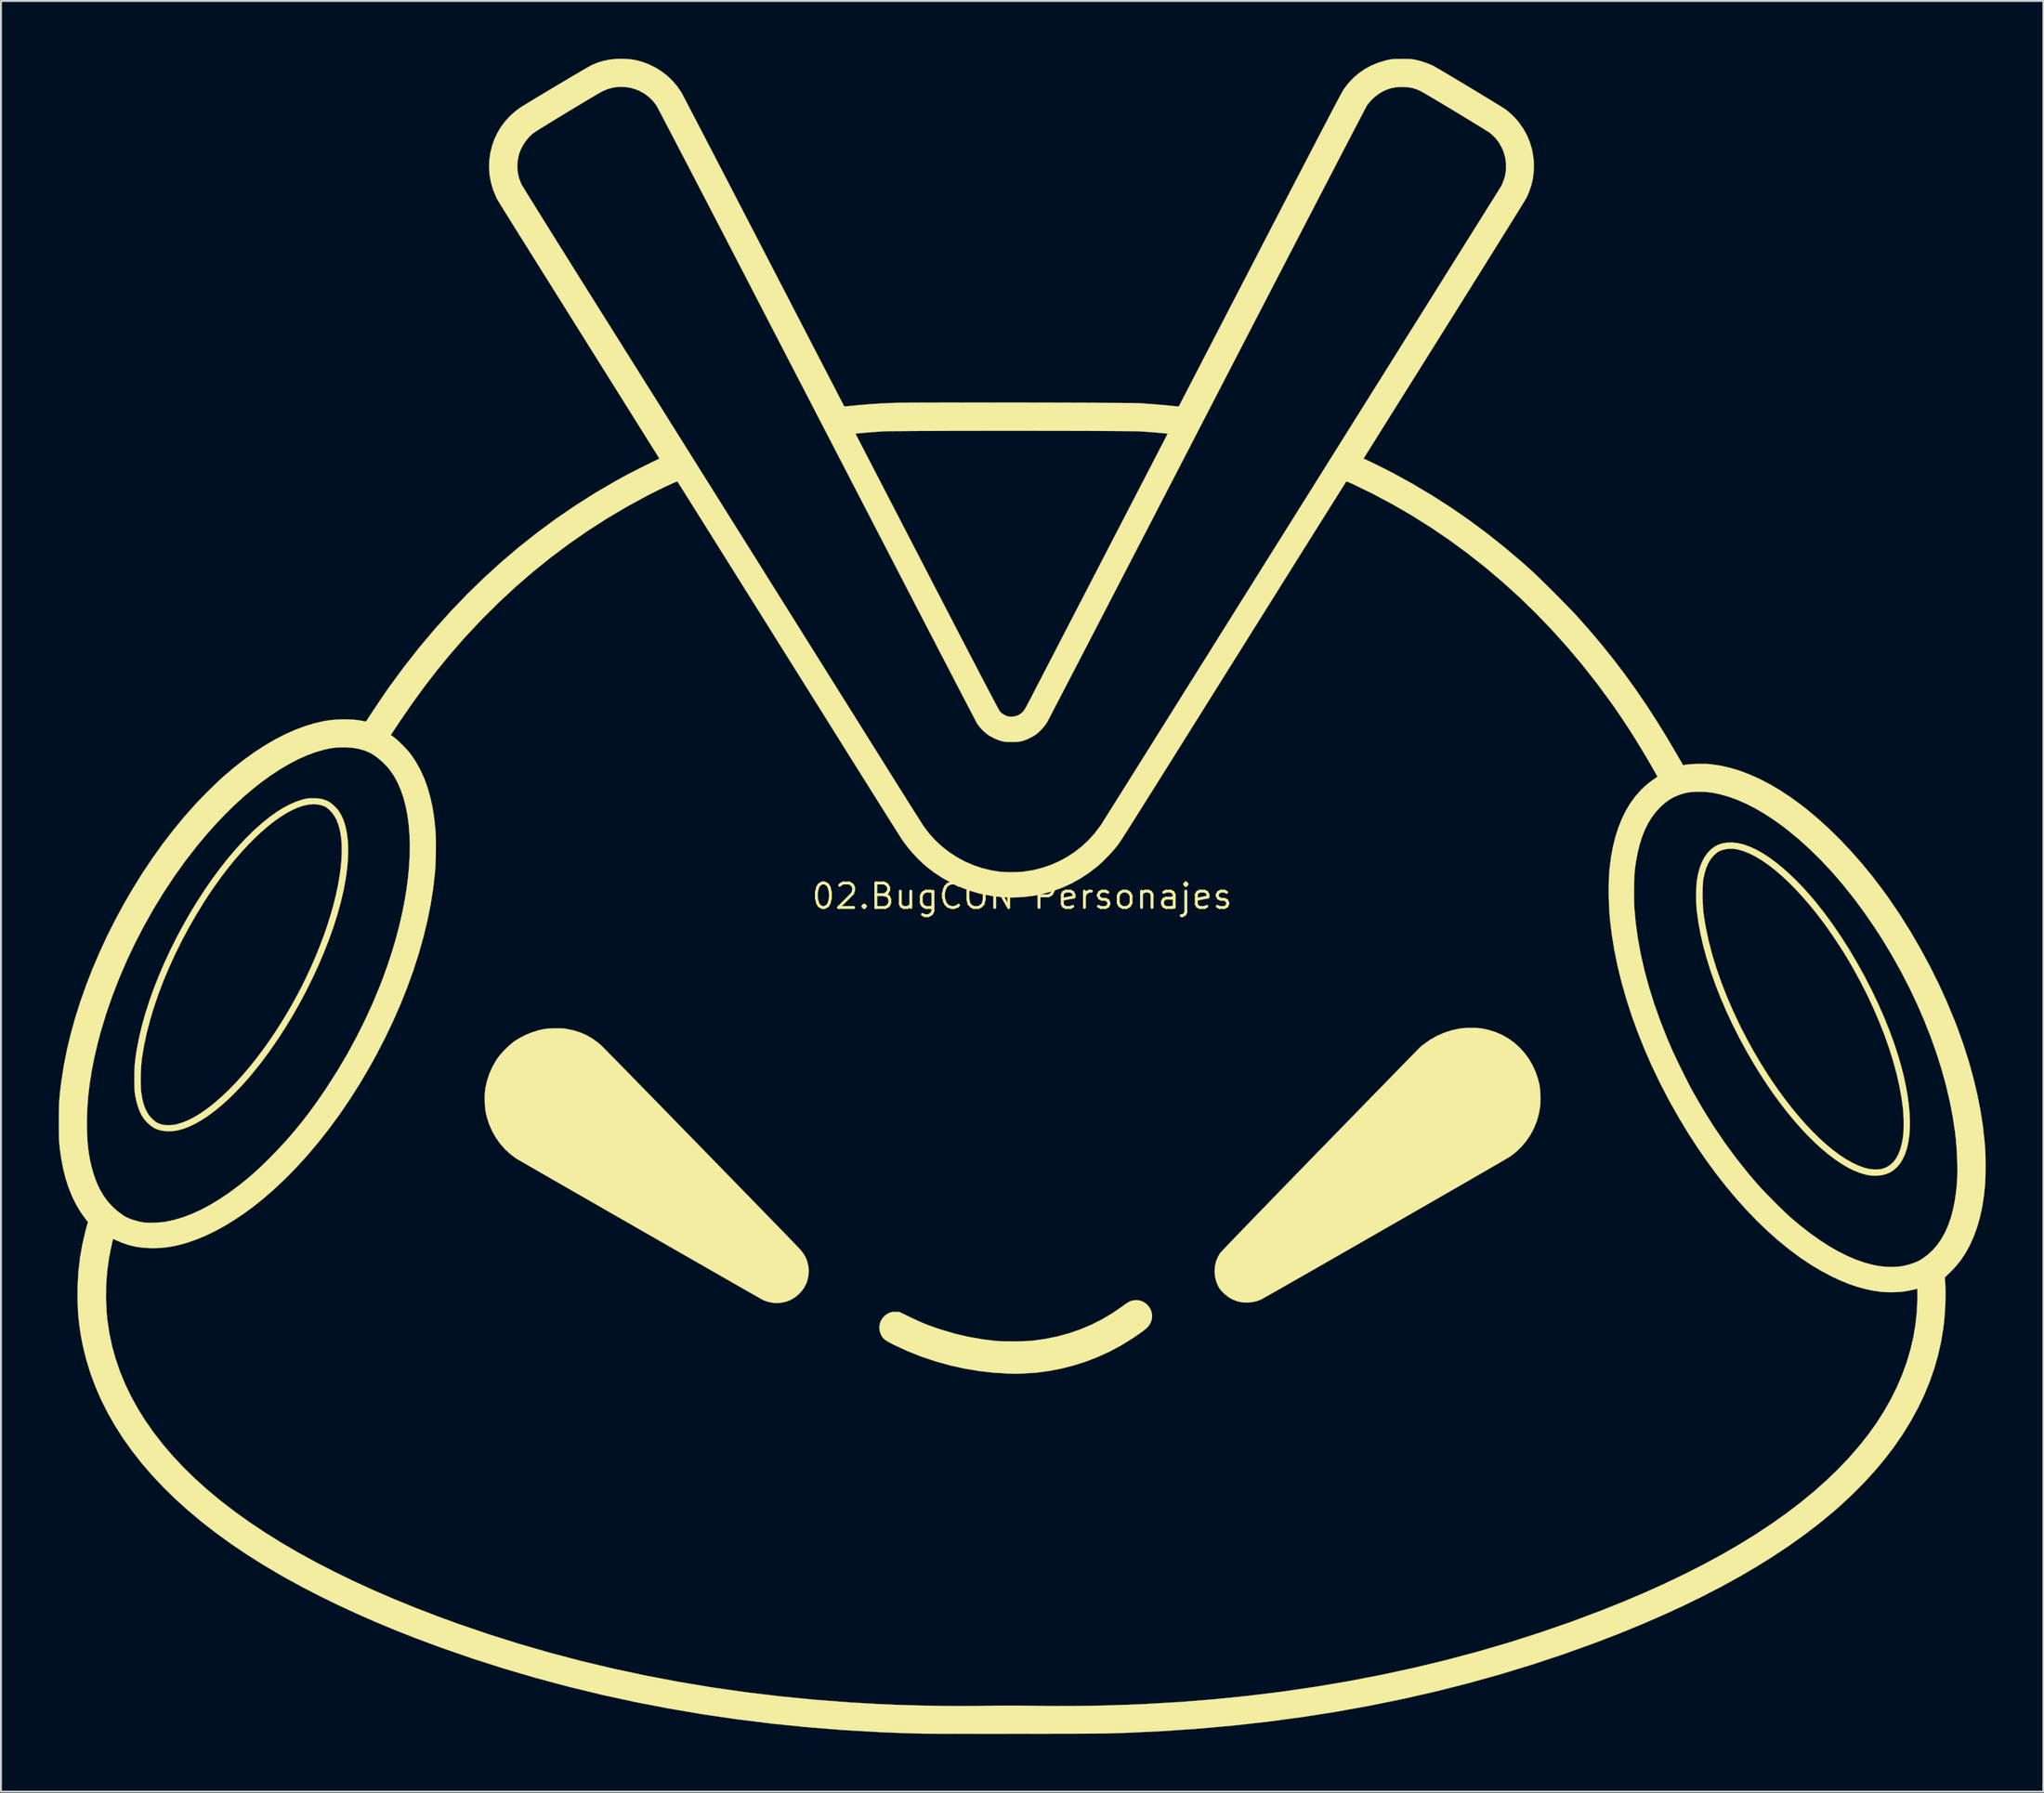
<source format=kicad_pcb>
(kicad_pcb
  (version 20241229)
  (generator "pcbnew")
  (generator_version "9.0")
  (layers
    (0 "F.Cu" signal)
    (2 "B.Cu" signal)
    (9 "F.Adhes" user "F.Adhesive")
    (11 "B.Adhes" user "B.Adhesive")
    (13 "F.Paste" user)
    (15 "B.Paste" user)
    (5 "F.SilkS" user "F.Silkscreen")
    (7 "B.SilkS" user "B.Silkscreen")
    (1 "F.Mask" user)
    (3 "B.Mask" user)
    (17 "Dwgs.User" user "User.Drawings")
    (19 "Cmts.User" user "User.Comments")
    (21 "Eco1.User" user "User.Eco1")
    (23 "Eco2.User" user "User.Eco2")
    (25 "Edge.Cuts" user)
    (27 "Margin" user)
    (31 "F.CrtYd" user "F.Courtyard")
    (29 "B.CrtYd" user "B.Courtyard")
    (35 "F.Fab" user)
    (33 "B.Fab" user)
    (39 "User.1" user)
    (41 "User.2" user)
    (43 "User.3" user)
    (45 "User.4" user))
  (footprint "02.BugCON Personajes"
    (layer "F.Cu")
    (at 49.99 43.476)
    (property "Reference" "02.BugCON Personajes" (at 0 0 0) (layer "F.SilkS") (effects (font (size 1.27 1.27) (thickness 0.15))))
    (attr through_hole)
    (fp_poly (pts (xy 35.351 -5.451) (xy 35.733 -5.412) (xy 36.129 -5.34) (xy 36.537 -5.233) (xy 36.955 -5.094) (xy 37.307 -4.953) (xy 37.768 -4.738) (xy 38.238 -4.483) (xy 38.715 -4.191) (xy 39.197 -3.863) (xy 39.683 -3.5) (xy 40.169 -3.105) (xy 40.654 -2.679) (xy 41.137 -2.223) (xy 41.615 -1.74) (xy 42.086 -1.231) (xy 42.548 -0.698) (xy 42.869 -0.307) (xy 43.454 0.454) (xy 44.019 1.249) (xy 44.562 2.074) (xy 45.08 2.925) (xy 45.572 3.799) (xy 46.034 4.69) (xy 46.464 5.595) (xy 46.859 6.51) (xy 47.002 6.862) (xy 47.343 7.774) (xy 47.643 8.68) (xy 47.902 9.579) (xy 48.119 10.471) (xy 48.296 11.356) (xy 48.431 12.233) (xy 48.507 12.912) (xy 48.52 13.085) (xy 48.531 13.288) (xy 48.538 13.514) (xy 48.543 13.755) (xy 48.546 14.003) (xy 48.545 14.251) (xy 48.542 14.492) (xy 48.536 14.717) (xy 48.527 14.92) (xy 48.515 15.092) (xy 48.507 15.177) (xy 48.439 15.677) (xy 48.351 16.142) (xy 48.242 16.573) (xy 48.112 16.971) (xy 47.959 17.34) (xy 47.784 17.679) (xy 47.636 17.918) (xy 47.419 18.21) (xy 47.181 18.466) (xy 46.923 18.685) (xy 46.643 18.869) (xy 46.338 19.018) (xy 46.009 19.134) (xy 45.741 19.2) (xy 45.621 19.219) (xy 45.471 19.234) (xy 45.301 19.245) (xy 45.124 19.252) (xy 44.951 19.253) (xy 44.793 19.249) (xy 44.663 19.24) (xy 44.651 19.239) (xy 44.222 19.167) (xy 43.781 19.055) (xy 43.331 18.904) (xy 42.871 18.714) (xy 42.404 18.487) (xy 41.93 18.221) (xy 41.451 17.919) (xy 40.966 17.581) (xy 40.478 17.207) (xy 39.988 16.799) (xy 39.496 16.356) (xy 39.172 16.045) (xy 38.555 15.415) (xy 37.953 14.747) (xy 37.367 14.043) (xy 36.799 13.307) (xy 36.251 12.54) (xy 35.725 11.746) (xy 35.222 10.926) (xy 34.743 10.083) (xy 34.292 9.221) (xy 33.868 8.34) (xy 33.642 7.835) (xy 33.338 7.112) (xy 33.059 6.392) (xy 32.806 5.678) (xy 32.579 4.97) (xy 32.377 4.271) (xy 32.202 3.581) (xy 32.053 2.904) (xy 31.931 2.239) (xy 31.835 1.59) (xy 31.767 0.957) (xy 31.726 0.343) (xy 31.716 -0.099) (xy 35.002 -0.099) (xy 35.004 0.103) (xy 35.009 0.303) (xy 35.017 0.494) (xy 35.029 0.667) (xy 35.039 0.783) (xy 35.119 1.366) (xy 35.233 1.969) (xy 35.378 2.59) (xy 35.553 3.226) (xy 35.757 3.873) (xy 35.988 4.528) (xy 36.245 5.188) (xy 36.527 5.85) (xy 36.83 6.511) (xy 37.155 7.168) (xy 37.499 7.817) (xy 37.861 8.456) (xy 38.24 9.081) (xy 38.633 9.689) (xy 39.039 10.278) (xy 39.457 10.843) (xy 39.886 11.382) (xy 40.323 11.891) (xy 40.767 12.369) (xy 40.778 12.38) (xy 41.17 12.767) (xy 41.555 13.116) (xy 41.931 13.427) (xy 42.3 13.698) (xy 42.659 13.931) (xy 43.009 14.123) (xy 43.35 14.276) (xy 43.679 14.389) (xy 43.865 14.436) (xy 44.025 14.461) (xy 44.203 14.472) (xy 44.385 14.47) (xy 44.558 14.456) (xy 44.708 14.428) (xy 44.757 14.415) (xy 44.987 14.323) (xy 45.192 14.199) (xy 45.375 14.041) (xy 45.536 13.849) (xy 45.677 13.621) (xy 45.765 13.437) (xy 45.875 13.138) (xy 45.958 12.807) (xy 46.015 12.446) (xy 46.046 12.058) (xy 46.052 11.643) (xy 46.032 11.203) (xy 45.988 10.741) (xy 45.918 10.256) (xy 45.825 9.752) (xy 45.707 9.23) (xy 45.565 8.691) (xy 45.399 8.136) (xy 45.211 7.569) (xy 44.999 6.989) (xy 44.764 6.4) (xy 44.507 5.801) (xy 44.392 5.546) (xy 44.043 4.816) (xy 43.671 4.097) (xy 43.28 3.393) (xy 42.87 2.708) (xy 42.446 2.045) (xy 42.009 1.409) (xy 41.562 0.803) (xy 41.108 0.232) (xy 40.671 -0.275) (xy 40.569 -0.386) (xy 40.446 -0.515) (xy 40.307 -0.657) (xy 40.159 -0.806) (xy 40.008 -0.955) (xy 39.859 -1.1) (xy 39.719 -1.233) (xy 39.594 -1.35) (xy 39.488 -1.445) (xy 39.453 -1.475) (xy 39.1 -1.759) (xy 38.75 -2.011) (xy 38.407 -2.23) (xy 38.073 -2.415) (xy 37.75 -2.565) (xy 37.439 -2.677) (xy 37.189 -2.743) (xy 37.025 -2.768) (xy 36.843 -2.78) (xy 36.658 -2.778) (xy 36.485 -2.762) (xy 36.34 -2.734) (xy 36.107 -2.651) (xy 35.895 -2.531) (xy 35.704 -2.374) (xy 35.535 -2.182) (xy 35.388 -1.954) (xy 35.263 -1.69) (xy 35.16 -1.391) (xy 35.079 -1.057) (xy 35.027 -0.741) (xy 35.016 -0.622) (xy 35.008 -0.47) (xy 35.003 -0.292) (xy 35.002 -0.099) (xy 31.716 -0.099) (xy 31.712 -0.252) (xy 31.726 -0.825) (xy 31.768 -1.375) (xy 31.839 -1.899) (xy 31.937 -2.398) (xy 32.064 -2.868) (xy 32.163 -3.16) (xy 32.321 -3.541) (xy 32.502 -3.89) (xy 32.705 -4.206) (xy 32.929 -4.49) (xy 33.174 -4.738) (xy 33.438 -4.952) (xy 33.719 -5.128) (xy 34.019 -5.268) (xy 34.313 -5.363) (xy 34.638 -5.427) (xy 34.985 -5.456) (xy 35.351 -5.451)) (stroke (width 0.01) (type solid)) (fill yes) (layer "F.Mask"))
    (fp_poly (pts (xy -34.844 -7.745) (xy -34.605 -7.713) (xy -34.285 -7.642) (xy -33.993 -7.54) (xy -33.722 -7.405) (xy -33.486 -7.25) (xy -33.202 -7.017) (xy -32.945 -6.755) (xy -32.714 -6.464) (xy -32.508 -6.144) (xy -32.327 -5.793) (xy -32.171 -5.41) (xy -32.039 -4.995) (xy -31.931 -4.547) (xy -31.846 -4.066) (xy -31.785 -3.55) (xy -31.77 -3.366) (xy -31.762 -3.226) (xy -31.757 -3.052) (xy -31.754 -2.852) (xy -31.753 -2.633) (xy -31.755 -2.403) (xy -31.759 -2.169) (xy -31.765 -1.941) (xy -31.773 -1.724) (xy -31.782 -1.529) (xy -31.793 -1.361) (xy -31.801 -1.27) (xy -31.912 -0.385) (xy -32.065 0.506) (xy -32.259 1.403) (xy -32.495 2.305) (xy -32.772 3.211) (xy -33.09 4.121) (xy -33.448 5.036) (xy -33.848 5.953) (xy -34.239 6.773) (xy -34.666 7.603) (xy -35.113 8.41) (xy -35.58 9.193) (xy -36.065 9.95) (xy -36.566 10.679) (xy -37.083 11.38) (xy -37.614 12.049) (xy -38.158 12.686) (xy -38.713 13.289) (xy -39.278 13.857) (xy -39.851 14.386) (xy -40.433 14.876) (xy -40.825 15.182) (xy -41.296 15.52) (xy -41.765 15.825) (xy -42.23 16.096) (xy -42.689 16.332) (xy -43.141 16.533) (xy -43.584 16.697) (xy -44.015 16.824) (xy -44.433 16.912) (xy -44.503 16.923) (xy -44.602 16.935) (xy -44.727 16.946) (xy -44.869 16.955) (xy -45.017 16.962) (xy -45.161 16.967) (xy -45.291 16.968) (xy -45.397 16.966) (xy -45.455 16.962) (xy -45.709 16.925) (xy -45.961 16.869) (xy -46.198 16.797) (xy -46.409 16.714) (xy -46.471 16.685) (xy -46.595 16.615) (xy -46.737 16.522) (xy -46.886 16.415) (xy -47.031 16.3) (xy -47.161 16.188) (xy -47.224 16.128) (xy -47.468 15.855) (xy -47.688 15.548) (xy -47.883 15.208) (xy -48.054 14.833) (xy -48.201 14.425) (xy -48.324 13.982) (xy -48.422 13.504) (xy -48.497 12.992) (xy -48.505 12.922) (xy -48.519 12.766) (xy -48.531 12.576) (xy -48.54 12.361) (xy -48.547 12.13) (xy -48.551 11.892) (xy -48.552 11.655) (xy -48.55 11.427) (xy -48.545 11.219) (xy -48.537 11.038) (xy -48.471 10.262) (xy -48.375 9.532) (xy -46.067 9.532) (xy -46.065 9.713) (xy -46.06 9.879) (xy -46.053 10.023) (xy -46.044 10.136) (xy -46.041 10.16) (xy -45.986 10.497) (xy -45.915 10.798) (xy -45.826 11.065) (xy -45.717 11.301) (xy -45.588 11.509) (xy -45.436 11.692) (xy -45.261 11.854) (xy -45.122 11.957) (xy -44.951 12.049) (xy -44.752 12.118) (xy -44.533 12.161) (xy -44.3 12.178) (xy -44.063 12.167) (xy -43.877 12.138) (xy -43.607 12.067) (xy -43.32 11.962) (xy -43.02 11.824) (xy -42.711 11.657) (xy -42.398 11.463) (xy -42.085 11.243) (xy -42.033 11.205) (xy -41.71 10.947) (xy -41.376 10.654) (xy -41.033 10.33) (xy -40.687 9.978) (xy -40.34 9.603) (xy -39.996 9.209) (xy -39.846 9.028) (xy -39.476 8.559) (xy -39.103 8.054) (xy -38.733 7.518) (xy -38.366 6.957) (xy -38.007 6.375) (xy -37.66 5.779) (xy -37.326 5.173) (xy -37.01 4.564) (xy -36.714 3.957) (xy -36.442 3.357) (xy -36.329 3.09) (xy -36.072 2.451) (xy -35.842 1.824) (xy -35.639 1.211) (xy -35.463 0.613) (xy -35.315 0.033) (xy -35.195 -0.528) (xy -35.104 -1.068) (xy -35.041 -1.584) (xy -35.008 -2.076) (xy -35.005 -2.54) (xy -35.011 -2.699) (xy -35.044 -3.077) (xy -35.101 -3.426) (xy -35.182 -3.744) (xy -35.286 -4.03) (xy -35.414 -4.284) (xy -35.563 -4.504) (xy -35.736 -4.69) (xy -35.832 -4.77) (xy -35.936 -4.845) (xy -36.035 -4.903) (xy -36.144 -4.951) (xy -36.277 -4.997) (xy -36.315 -5.009) (xy -36.403 -5.033) (xy -36.48 -5.05) (xy -36.561 -5.059) (xy -36.658 -5.064) (xy -36.777 -5.065) (xy -36.99 -5.056) (xy -37.196 -5.029) (xy -37.402 -4.982) (xy -37.615 -4.912) (xy -37.845 -4.818) (xy -38.089 -4.701) (xy -38.393 -4.535) (xy -38.695 -4.346) (xy -39 -4.13) (xy -39.312 -3.885) (xy -39.632 -3.608) (xy -39.966 -3.297) (xy -40.154 -3.112) (xy -40.62 -2.625) (xy -41.081 -2.099) (xy -41.535 -1.536) (xy -41.981 -0.941) (xy -42.416 -0.315) (xy -42.838 0.338) (xy -43.246 1.015) (xy -43.638 1.713) (xy -44.011 2.429) (xy -44.364 3.161) (xy -44.682 3.873) (xy -44.992 4.636) (xy -45.265 5.381) (xy -45.499 6.11) (xy -45.695 6.822) (xy -45.853 7.517) (xy -45.973 8.194) (xy -46.041 8.721) (xy -46.051 8.842) (xy -46.058 8.992) (xy -46.063 9.163) (xy -46.066 9.346) (xy -46.067 9.532) (xy -48.375 9.532) (xy -48.367 9.472) (xy -48.227 8.67) (xy -48.05 7.859) (xy -47.839 7.041) (xy -47.595 6.219) (xy -47.318 5.395) (xy -47.01 4.571) (xy -46.672 3.75) (xy -46.305 2.935) (xy -45.91 2.128) (xy -45.488 1.332) (xy -45.04 0.548) (xy -44.568 -0.221) (xy -44.072 -0.972) (xy -43.554 -1.702) (xy -43.014 -2.41) (xy -42.454 -3.093) (xy -41.904 -3.717) (xy -41.406 -4.244) (xy -40.903 -4.739) (xy -40.398 -5.202) (xy -39.891 -5.63) (xy -39.386 -6.023) (xy -38.883 -6.379) (xy -38.384 -6.697) (xy -37.892 -6.975) (xy -37.666 -7.09) (xy -37.218 -7.296) (xy -36.787 -7.464) (xy -36.372 -7.595) (xy -35.972 -7.688) (xy -35.584 -7.744) (xy -35.209 -7.763) (xy -34.844 -7.745)) (stroke (width 0.01) (type solid)) (fill yes) (layer "F.Mask"))
    (fp_poly (pts (xy -20.493 -42.018) (xy -20.2 -41.959) (xy -19.92 -41.863) (xy -19.657 -41.731) (xy -19.415 -41.566) (xy -19.196 -41.369) (xy -19.006 -41.143) (xy -18.966 -41.086) (xy -18.951 -41.059) (xy -18.917 -40.995) (xy -18.864 -40.896) (xy -18.794 -40.764) (xy -18.707 -40.598) (xy -18.604 -40.402) (xy -18.486 -40.174) (xy -18.352 -39.918) (xy -18.204 -39.634) (xy -18.043 -39.324) (xy -17.868 -38.988) (xy -17.681 -38.628) (xy -17.482 -38.245) (xy -17.272 -37.841) (xy -17.051 -37.416) (xy -16.821 -36.972) (xy -16.581 -36.51) (xy -16.333 -36.031) (xy -16.077 -35.536) (xy -15.813 -35.028) (xy -15.543 -34.506) (xy -15.267 -33.972) (xy -14.985 -33.428) (xy -14.699 -32.874) (xy -14.613 -32.709) (xy -14.321 -32.145) (xy -14.033 -31.587) (xy -13.748 -31.036) (xy -13.467 -30.493) (xy -13.191 -29.96) (xy -12.922 -29.439) (xy -12.658 -28.93) (xy -12.402 -28.435) (xy -12.154 -27.955) (xy -11.915 -27.492) (xy -11.685 -27.048) (xy -11.465 -26.623) (xy -11.256 -26.219) (xy -11.059 -25.837) (xy -10.873 -25.479) (xy -10.701 -25.146) (xy -10.543 -24.839) (xy -10.398 -24.56) (xy -10.269 -24.311) (xy -10.156 -24.092) (xy -10.059 -23.905) (xy -9.98 -23.752) (xy -9.919 -23.633) (xy -9.876 -23.55) (xy -9.875 -23.548) (xy -9.829 -23.46) (xy -9.765 -23.336) (xy -9.683 -23.178) (xy -9.585 -22.987) (xy -9.47 -22.765) (xy -9.339 -22.513) (xy -9.195 -22.232) (xy -9.036 -21.925) (xy -8.865 -21.594) (xy -8.681 -21.238) (xy -8.486 -20.861) (xy -8.281 -20.464) (xy -8.066 -20.047) (xy -7.842 -19.614) (xy -7.61 -19.165) (xy -7.371 -18.702) (xy -7.126 -18.227) (xy -6.874 -17.741) (xy -6.619 -17.245) (xy -6.359 -16.742) (xy -6.096 -16.233) (xy -5.905 -15.864) (xy -5.645 -15.36) (xy -5.389 -14.865) (xy -5.138 -14.38) (xy -4.893 -13.907) (xy -4.655 -13.447) (xy -4.425 -13.001) (xy -4.202 -12.571) (xy -3.988 -12.158) (xy -3.783 -11.764) (xy -3.589 -11.39) (xy -3.406 -11.036) (xy -3.234 -10.706) (xy -3.074 -10.399) (xy -2.928 -10.118) (xy -2.795 -9.863) (xy -2.677 -9.637) (xy -2.573 -9.44) (xy -2.486 -9.273) (xy -2.415 -9.139) (xy -2.362 -9.039) (xy -2.326 -8.973) (xy -2.31 -8.944) (xy -2.176 -8.769) (xy -2.012 -8.601) (xy -1.827 -8.445) (xy -1.632 -8.311) (xy -1.436 -8.206) (xy -1.362 -8.175) (xy -1.23 -8.125) (xy -1.12 -8.089) (xy -1.02 -8.063) (xy -0.921 -8.047) (xy -0.811 -8.038) (xy -0.678 -8.034) (xy -0.55 -8.034) (xy -0.412 -8.035) (xy -0.307 -8.037) (xy -0.226 -8.042) (xy -0.158 -8.051) (xy -0.096 -8.063) (xy -0.028 -8.082) (xy 0.011 -8.093) (xy 0.302 -8.202) (xy 0.566 -8.342) (xy 0.802 -8.514) (xy 1.013 -8.719) (xy 1.175 -8.922) (xy 1.191 -8.949) (xy 1.226 -9.013) (xy 1.279 -9.112) (xy 1.349 -9.245) (xy 1.436 -9.41) (xy 1.54 -9.607) (xy 1.658 -9.833) (xy 1.791 -10.087) (xy 1.939 -10.369) (xy 2.099 -10.677) (xy 2.273 -11.01) (xy 2.458 -11.366) (xy 2.655 -11.744) (xy 2.863 -12.143) (xy 3.08 -12.562) (xy 3.307 -12.999) (xy 3.543 -13.452) (xy 3.786 -13.922) (xy 4.037 -14.406) (xy 4.295 -14.902) (xy 4.558 -15.411) (xy 4.827 -15.93) (xy 5.1 -16.458) (xy 5.133 -16.521) (xy 5.735 -17.685) (xy 6.319 -18.813) (xy 6.884 -19.904) (xy 7.43 -20.959) (xy 7.958 -21.979) (xy 8.468 -22.964) (xy 8.96 -23.915) (xy 9.435 -24.833) (xy 9.893 -25.718) (xy 10.334 -26.57) (xy 10.759 -27.391) (xy 11.168 -28.181) (xy 11.561 -28.94) (xy 11.939 -29.669) (xy 12.301 -30.369) (xy 12.648 -31.04) (xy 12.981 -31.683) (xy 13.3 -32.298) (xy 13.604 -32.887) (xy 13.895 -33.448) (xy 14.173 -33.984) (xy 14.437 -34.495) (xy 14.689 -34.981) (xy 14.928 -35.443) (xy 15.155 -35.882) (xy 15.371 -36.297) (xy 15.574 -36.691) (xy 15.767 -37.062) (xy 15.949 -37.413) (xy 16.12 -37.743) (xy 16.28 -38.053) (xy 16.431 -38.343) (xy 16.572 -38.615) (xy 16.703 -38.869) (xy 16.826 -39.105) (xy 16.94 -39.324) (xy 17.045 -39.527) (xy 17.142 -39.713) (xy 17.231 -39.885) (xy 17.312 -40.042) (xy 17.387 -40.184) (xy 17.454 -40.314) (xy 17.515 -40.43) (xy 17.569 -40.534) (xy 17.617 -40.626) (xy 17.66 -40.708) (xy 17.697 -40.778) (xy 17.729 -40.839) (xy 17.756 -40.89) (xy 17.778 -40.933) (xy 17.797 -40.967) (xy 17.811 -40.994) (xy 17.822 -41.014) (xy 17.829 -41.027) (xy 17.833 -41.034) (xy 17.927 -41.164) (xy 18.042 -41.301) (xy 18.165 -41.431) (xy 18.285 -41.539) (xy 18.295 -41.547) (xy 18.55 -41.725) (xy 18.818 -41.862) (xy 19.1 -41.96) (xy 19.397 -42.018) (xy 19.699 -42.037) (xy 19.974 -42.024) (xy 20.225 -41.982) (xy 20.464 -41.911) (xy 20.681 -41.815) (xy 20.724 -41.792) (xy 20.799 -41.749) (xy 20.904 -41.688) (xy 21.035 -41.611) (xy 21.189 -41.52) (xy 21.364 -41.416) (xy 21.554 -41.302) (xy 21.759 -41.18) (xy 21.973 -41.052) (xy 22.194 -40.92) (xy 22.419 -40.785) (xy 22.645 -40.649) (xy 22.867 -40.515) (xy 23.083 -40.385) (xy 23.29 -40.26) (xy 23.484 -40.142) (xy 23.662 -40.034) (xy 23.821 -39.937) (xy 23.957 -39.853) (xy 24.068 -39.785) (xy 24.15 -39.734) (xy 24.199 -39.702) (xy 24.207 -39.697) (xy 24.433 -39.511) (xy 24.63 -39.298) (xy 24.795 -39.063) (xy 24.927 -38.809) (xy 25.027 -38.542) (xy 25.092 -38.263) (xy 25.122 -37.979) (xy 25.115 -37.692) (xy 25.071 -37.407) (xy 24.989 -37.128) (xy 24.893 -36.906) (xy 24.878 -36.881) (xy 24.841 -36.821) (xy 24.782 -36.726) (xy 24.702 -36.597) (xy 24.601 -36.434) (xy 24.479 -36.237) (xy 24.336 -36.009) (xy 24.173 -35.748) (xy 23.991 -35.455) (xy 23.789 -35.132) (xy 23.568 -34.778) (xy 23.328 -34.394) (xy 23.07 -33.981) (xy 22.793 -33.539) (xy 22.499 -33.068) (xy 22.188 -32.57) (xy 21.859 -32.045) (xy 21.514 -31.493) (xy 21.152 -30.915) (xy 20.775 -30.311) (xy 20.381 -29.682) (xy 19.972 -29.029) (xy 19.549 -28.351) (xy 19.11 -27.651) (xy 18.657 -26.927) (xy 18.19 -26.181) (xy 17.709 -25.413) (xy 17.215 -24.624) (xy 16.708 -23.814) (xy 16.189 -22.984) (xy 15.657 -22.134) (xy 15.113 -21.266) (xy 14.557 -20.378) (xy 13.99 -19.473) (xy 13.412 -18.55) (xy 12.823 -17.61) (xy 12.225 -16.654) (xy 11.616 -15.682) (xy 10.997 -14.695) (xy 10.369 -13.692) (xy 9.733 -12.676) (xy 9.087 -11.646) (xy 8.434 -10.603) (xy 7.772 -9.547) (xy 7.103 -8.479) (xy 6.426 -7.399) (xy 5.743 -6.308) (xy 5.053 -5.207) (xy 4.531 -4.375) (xy 4.364 -4.11) (xy 4.214 -3.879) (xy 4.079 -3.676) (xy 3.954 -3.498) (xy 3.838 -3.341) (xy 3.726 -3.2) (xy 3.616 -3.071) (xy 3.504 -2.95) (xy 3.388 -2.834) (xy 3.263 -2.717) (xy 3.249 -2.704) (xy 2.871 -2.389) (xy 2.473 -2.109) (xy 2.056 -1.866) (xy 1.622 -1.661) (xy 1.173 -1.493) (xy 0.713 -1.366) (xy 0.242 -1.278) (xy 0.012 -1.25) (xy -0.143 -1.239) (xy -0.326 -1.233) (xy -0.524 -1.231) (xy -0.726 -1.233) (xy -0.92 -1.239) (xy -1.092 -1.25) (xy -1.199 -1.261) (xy -1.678 -1.34) (xy -2.148 -1.459) (xy -2.605 -1.617) (xy -3.045 -1.812) (xy -3.466 -2.044) (xy -3.633 -2.15) (xy -3.999 -2.414) (xy -4.346 -2.71) (xy -4.668 -3.031) (xy -4.958 -3.371) (xy -5.127 -3.601) (xy -5.147 -3.631) (xy -5.188 -3.696) (xy -5.251 -3.795) (xy -5.335 -3.928) (xy -5.44 -4.094) (xy -5.565 -4.293) (xy -5.709 -4.522) (xy -5.873 -4.782) (xy -6.055 -5.072) (xy -6.255 -5.391) (xy -6.473 -5.738) (xy -6.709 -6.113) (xy -6.961 -6.514) (xy -7.229 -6.942) (xy -7.513 -7.395) (xy -7.813 -7.872) (xy -8.127 -8.373) (xy -8.456 -8.898) (xy -8.798 -9.444) (xy -9.154 -10.012) (xy -9.523 -10.601) (xy -9.905 -11.209) (xy -10.298 -11.837) (xy -10.703 -12.483) (xy -11.119 -13.147) (xy -11.546 -13.828) (xy -11.982 -14.525) (xy -12.429 -15.238) (xy -12.884 -15.965) (xy -13.348 -16.706) (xy -13.821 -17.46) (xy -14.301 -18.227) (xy -14.788 -19.005) (xy -15.283 -19.795) (xy -15.783 -20.594) (xy -16.289 -21.403) (xy -16.801 -22.22) (xy -17.317 -23.045) (xy -17.632 -23.548) (xy -17.703 -23.661) (xy -17.796 -23.809) (xy -17.909 -23.989) (xy -18.041 -24.201) (xy -18.191 -24.441) (xy -18.359 -24.708) (xy -18.543 -25.002) (xy -18.742 -25.319) (xy -18.954 -25.659) (xy -19.18 -26.019) (xy -19.418 -26.398) (xy -19.666 -26.795) (xy -19.925 -27.207) (xy -20.191 -27.633) (xy -20.466 -28.071) (xy -20.747 -28.52) (xy -21.034 -28.977) (xy -21.325 -29.442) (xy -21.62 -29.912) (xy -21.917 -30.386) (xy -22.141 -30.745) (xy -22.432 -31.208) (xy -22.717 -31.663) (xy -22.995 -32.108) (xy -23.267 -32.542) (xy -23.531 -32.964) (xy -23.786 -33.372) (xy -24.031 -33.765) (xy -24.266 -34.142) (xy -24.49 -34.5) (xy -24.702 -34.839) (xy -24.9 -35.158) (xy -25.085 -35.455) (xy -25.255 -35.728) (xy -25.41 -35.977) (xy -25.548 -36.2) (xy -25.669 -36.395) (xy -25.771 -36.561) (xy -25.855 -36.698) (xy -25.919 -36.802) (xy -25.962 -36.874) (xy -25.984 -36.912) (xy -25.986 -36.915) (xy -26.1 -37.189) (xy -26.176 -37.472) (xy -26.212 -37.76) (xy -26.211 -38.048) (xy -26.173 -38.333) (xy -26.099 -38.611) (xy -25.989 -38.877) (xy -25.846 -39.129) (xy -25.669 -39.361) (xy -25.46 -39.571) (xy -25.357 -39.656) (xy -25.322 -39.68) (xy -25.254 -39.723) (xy -25.156 -39.785) (xy -25.031 -39.862) (xy -24.882 -39.954) (xy -24.713 -40.058) (xy -24.526 -40.172) (xy -24.325 -40.294) (xy -24.114 -40.422) (xy -23.894 -40.555) (xy -23.67 -40.691) (xy -23.444 -40.827) (xy -23.22 -40.962) (xy -23.001 -41.094) (xy -22.79 -41.22) (xy -22.59 -41.34) (xy -22.405 -41.45) (xy -22.237 -41.55) (xy -22.09 -41.637) (xy -21.966 -41.709) (xy -21.87 -41.765) (xy -21.804 -41.802) (xy -21.781 -41.815) (xy -21.543 -41.918) (xy -21.301 -41.988) (xy -21.045 -42.027) (xy -20.796 -42.038) (xy -20.493 -42.018)) (stroke (width 0.01) (type solid)) (fill yes) (layer "F.Mask"))
    (fp_poly (pts (xy 37.03 -2.479) (xy 37.294 -2.422) (xy 37.574 -2.328) (xy 37.867 -2.198) (xy 38.172 -2.033) (xy 38.488 -1.834) (xy 38.813 -1.601) (xy 39.148 -1.335) (xy 39.49 -1.038) (xy 39.838 -0.709) (xy 40.191 -0.351) (xy 40.548 0.037) (xy 40.907 0.453) (xy 40.935 0.487) (xy 41.385 1.048) (xy 41.824 1.641) (xy 42.249 2.26) (xy 42.66 2.903) (xy 43.054 3.565) (xy 43.429 4.241) (xy 43.783 4.929) (xy 44.115 5.625) (xy 44.422 6.323) (xy 44.703 7.022) (xy 44.956 7.715) (xy 45.178 8.401) (xy 45.367 9.074) (xy 45.523 9.731) (xy 45.56 9.91) (xy 45.625 10.256) (xy 45.676 10.573) (xy 45.714 10.869) (xy 45.74 11.156) (xy 45.755 11.442) (xy 45.759 11.739) (xy 45.757 11.942) (xy 45.748 12.217) (xy 45.731 12.458) (xy 45.706 12.671) (xy 45.67 12.863) (xy 45.622 13.042) (xy 45.562 13.215) (xy 45.487 13.389) (xy 45.464 13.438) (xy 45.339 13.652) (xy 45.189 13.832) (xy 45.017 13.976) (xy 44.824 14.085) (xy 44.611 14.157) (xy 44.381 14.191) (xy 44.136 14.186) (xy 44.08 14.18) (xy 43.796 14.124) (xy 43.499 14.029) (xy 43.191 13.896) (xy 42.872 13.727) (xy 42.545 13.522) (xy 42.209 13.283) (xy 41.867 13.011) (xy 41.52 12.707) (xy 41.168 12.373) (xy 40.813 12.009) (xy 40.457 11.616) (xy 40.1 11.196) (xy 39.743 10.75) (xy 39.389 10.279) (xy 39.038 9.783) (xy 38.691 9.266) (xy 38.423 8.846) (xy 38.093 8.3) (xy 37.779 7.748) (xy 37.481 7.192) (xy 37.199 6.632) (xy 36.934 6.072) (xy 36.687 5.512) (xy 36.457 4.956) (xy 36.247 4.405) (xy 36.056 3.861) (xy 35.884 3.325) (xy 35.733 2.801) (xy 35.603 2.289) (xy 35.494 1.792) (xy 35.407 1.311) (xy 35.343 0.849) (xy 35.302 0.408) (xy 35.284 -0.011) (xy 35.29 -0.405) (xy 35.322 -0.773) (xy 35.378 -1.113) (xy 35.46 -1.423) (xy 35.501 -1.538) (xy 35.571 -1.708) (xy 35.645 -1.849) (xy 35.732 -1.975) (xy 35.841 -2.099) (xy 35.891 -2.151) (xy 36.034 -2.278) (xy 36.178 -2.373) (xy 36.333 -2.439) (xy 36.506 -2.479) (xy 36.706 -2.496) (xy 36.781 -2.497) (xy 37.03 -2.479)) (stroke (width 0.01) (type solid)) (fill yes) (layer "B.Mask"))
    (fp_poly (pts (xy -36.472 -4.777) (xy -36.339 -4.743) (xy -36.147 -4.66) (xy -35.971 -4.539) (xy -35.814 -4.381) (xy -35.676 -4.187) (xy -35.557 -3.958) (xy -35.458 -3.696) (xy -35.38 -3.401) (xy -35.334 -3.154) (xy -35.32 -3.033) (xy -35.309 -2.878) (xy -35.301 -2.699) (xy -35.297 -2.505) (xy -35.296 -2.304) (xy -35.299 -2.106) (xy -35.305 -1.92) (xy -35.314 -1.754) (xy -35.323 -1.651) (xy -35.411 -1.004) (xy -35.535 -0.339) (xy -35.695 0.343) (xy -35.89 1.04) (xy -36.12 1.751) (xy -36.385 2.474) (xy -36.684 3.207) (xy -37.015 3.949) (xy -37.318 4.574) (xy -37.624 5.165) (xy -37.944 5.744) (xy -38.276 6.308) (xy -38.618 6.856) (xy -38.97 7.386) (xy -39.329 7.896) (xy -39.695 8.384) (xy -40.064 8.849) (xy -40.437 9.288) (xy -40.811 9.7) (xy -41.185 10.082) (xy -41.557 10.433) (xy -41.926 10.752) (xy -42.29 11.035) (xy -42.648 11.282) (xy -42.998 11.49) (xy -43.128 11.559) (xy -43.431 11.698) (xy -43.719 11.8) (xy -43.991 11.865) (xy -44.247 11.894) (xy -44.484 11.886) (xy -44.655 11.854) (xy -44.761 11.823) (xy -44.845 11.791) (xy -44.921 11.749) (xy -45.004 11.691) (xy -45.063 11.644) (xy -45.225 11.493) (xy -45.364 11.316) (xy -45.481 11.111) (xy -45.578 10.877) (xy -45.656 10.609) (xy -45.715 10.306) (xy -45.742 10.1) (xy -45.753 9.967) (xy -45.759 9.802) (xy -45.761 9.611) (xy -45.759 9.405) (xy -45.753 9.19) (xy -45.744 8.977) (xy -45.732 8.773) (xy -45.716 8.587) (xy -45.7 8.445) (xy -45.602 7.828) (xy -45.47 7.192) (xy -45.305 6.543) (xy -45.111 5.883) (xy -44.887 5.215) (xy -44.637 4.543) (xy -44.361 3.869) (xy -44.062 3.197) (xy -43.74 2.53) (xy -43.399 1.87) (xy -43.038 1.222) (xy -42.661 0.589) (xy -42.268 -0.027) (xy -41.862 -0.623) (xy -41.444 -1.194) (xy -41.016 -1.739) (xy -40.58 -2.253) (xy -40.136 -2.735) (xy -39.688 -3.179) (xy -39.305 -3.525) (xy -39.027 -3.755) (xy -38.745 -3.968) (xy -38.464 -4.162) (xy -38.188 -4.334) (xy -37.922 -4.48) (xy -37.671 -4.599) (xy -37.441 -4.686) (xy -37.437 -4.687) (xy -37.179 -4.756) (xy -36.928 -4.794) (xy -36.691 -4.801) (xy -36.472 -4.777)) (stroke (width 0.01) (type solid)) (fill yes) (layer "B.Mask"))
    (fp_poly (pts (xy 6.126 20.988) (xy 6.282 21.048) (xy 6.423 21.138) (xy 6.543 21.254) (xy 6.64 21.392) (xy 6.708 21.547) (xy 6.743 21.716) (xy 6.741 21.891) (xy 6.713 22.014) (xy 6.661 22.145) (xy 6.592 22.267) (xy 6.515 22.366) (xy 6.505 22.376) (xy 6.421 22.449) (xy 6.305 22.541) (xy 6.161 22.648) (xy 5.993 22.767) (xy 5.806 22.895) (xy 5.715 22.956) (xy 5.142 23.31) (xy 4.547 23.628) (xy 3.934 23.909) (xy 3.304 24.153) (xy 2.66 24.357) (xy 2.003 24.523) (xy 1.336 24.648) (xy 0.868 24.711) (xy 0.743 24.724) (xy 0.592 24.736) (xy 0.425 24.748) (xy 0.251 24.759) (xy 0.078 24.768) (xy -0.085 24.776) (xy -0.229 24.78) (xy -0.346 24.782) (xy -0.402 24.782) (xy -0.493 24.779) (xy -0.604 24.776) (xy -0.711 24.772) (xy -0.72 24.772) (xy -1.482 24.727) (xy -2.243 24.641) (xy -3 24.514) (xy -3.75 24.347) (xy -4.49 24.141) (xy -5.217 23.897) (xy -5.929 23.615) (xy -6.621 23.296) (xy -6.683 23.265) (xy -6.849 23.18) (xy -6.981 23.106) (xy -7.084 23.039) (xy -7.165 22.974) (xy -7.228 22.907) (xy -7.279 22.834) (xy -7.323 22.751) (xy -7.327 22.744) (xy -7.386 22.571) (xy -7.406 22.395) (xy -7.389 22.222) (xy -7.336 22.058) (xy -7.252 21.908) (xy -7.136 21.778) (xy -6.993 21.672) (xy -6.864 21.611) (xy -6.791 21.587) (xy -6.72 21.575) (xy -6.635 21.571) (xy -6.55 21.572) (xy -6.358 21.579) (xy -5.894 21.806) (xy -5.639 21.928) (xy -5.41 22.034) (xy -5.199 22.127) (xy -4.993 22.212) (xy -4.783 22.292) (xy -4.559 22.372) (xy -4.311 22.457) (xy -4.18 22.499) (xy -3.489 22.703) (xy -2.782 22.868) (xy -2.059 22.995) (xy -1.408 23.075) (xy -1.267 23.086) (xy -1.092 23.094) (xy -0.892 23.1) (xy -0.674 23.102) (xy -0.447 23.103) (xy -0.219 23.101) (xy 0.002 23.096) (xy 0.207 23.089) (xy 0.388 23.08) (xy 0.538 23.068) (xy 0.572 23.065) (xy 1.216 22.973) (xy 1.839 22.846) (xy 2.442 22.681) (xy 3.027 22.479) (xy 3.595 22.238) (xy 4.146 21.96) (xy 4.683 21.642) (xy 5.205 21.285) (xy 5.281 21.229) (xy 5.402 21.142) (xy 5.5 21.078) (xy 5.586 21.033) (xy 5.668 21.002) (xy 5.756 20.979) (xy 5.784 20.974) (xy 5.959 20.962) (xy 6.126 20.988)) (stroke (width 0.01) (type solid)) (fill yes) (layer "F.SilkS"))
    (fp_poly (pts (xy 23.497 6.832) (xy 23.654 6.839) (xy 23.784 6.85) (xy 23.823 6.856) (xy 23.923 6.873) (xy 24.042 6.898) (xy 24.162 6.925) (xy 24.204 6.935) (xy 24.566 7.047) (xy 24.91 7.196) (xy 25.234 7.38) (xy 25.535 7.597) (xy 25.813 7.845) (xy 26.064 8.121) (xy 26.287 8.424) (xy 26.481 8.751) (xy 26.642 9.101) (xy 26.77 9.472) (xy 26.839 9.748) (xy 26.863 9.886) (xy 26.881 10.055) (xy 26.893 10.243) (xy 26.9 10.437) (xy 26.9 10.625) (xy 26.893 10.797) (xy 26.883 10.915) (xy 26.813 11.307) (xy 26.705 11.685) (xy 26.559 12.046) (xy 26.376 12.388) (xy 26.158 12.709) (xy 25.906 13.006) (xy 25.622 13.278) (xy 25.348 13.493) (xy 25.317 13.512) (xy 25.251 13.552) (xy 25.151 13.611) (xy 25.019 13.688) (xy 24.858 13.782) (xy 24.667 13.893) (xy 24.45 14.019) (xy 24.208 14.159) (xy 23.941 14.313) (xy 23.653 14.48) (xy 23.344 14.658) (xy 23.017 14.847) (xy 22.672 15.046) (xy 22.312 15.253) (xy 21.938 15.468) (xy 21.552 15.691) (xy 21.155 15.919) (xy 20.749 16.152) (xy 20.336 16.39) (xy 19.918 16.63) (xy 19.495 16.873) (xy 19.069 17.118) (xy 18.643 17.362) (xy 18.218 17.606) (xy 17.795 17.849) (xy 17.376 18.089) (xy 16.963 18.326) (xy 16.558 18.558) (xy 16.161 18.785) (xy 15.775 19.006) (xy 15.402 19.22) (xy 15.042 19.426) (xy 14.698 19.623) (xy 14.37 19.81) (xy 14.062 19.986) (xy 13.774 20.15) (xy 13.509 20.302) (xy 13.267 20.439) (xy 13.05 20.562) (xy 12.86 20.67) (xy 12.699 20.761) (xy 12.568 20.835) (xy 12.469 20.89) (xy 12.404 20.926) (xy 12.375 20.941) (xy 12.176 21.014) (xy 11.955 21.064) (xy 11.726 21.088) (xy 11.504 21.085) (xy 11.451 21.08) (xy 11.188 21.028) (xy 10.942 20.937) (xy 10.712 20.808) (xy 10.5 20.639) (xy 10.434 20.576) (xy 10.341 20.477) (xy 10.27 20.392) (xy 10.214 20.306) (xy 10.165 20.214) (xy 10.068 19.971) (xy 10.01 19.719) (xy 9.99 19.464) (xy 10.008 19.209) (xy 10.064 18.961) (xy 10.157 18.725) (xy 10.272 18.527) (xy 10.294 18.501) (xy 10.345 18.445) (xy 10.425 18.36) (xy 10.531 18.248) (xy 10.664 18.108) (xy 10.822 17.943) (xy 11.006 17.752) (xy 11.213 17.536) (xy 11.444 17.297) (xy 11.697 17.035) (xy 11.972 16.751) (xy 12.267 16.445) (xy 12.583 16.12) (xy 12.918 15.774) (xy 13.272 15.41) (xy 13.643 15.027) (xy 14.031 14.628) (xy 14.436 14.212) (xy 14.855 13.781) (xy 15.289 13.334) (xy 15.499 13.119) (xy 15.887 12.72) (xy 16.268 12.329) (xy 16.641 11.947) (xy 17.003 11.575) (xy 17.356 11.213) (xy 17.696 10.864) (xy 18.024 10.527) (xy 18.338 10.205) (xy 18.637 9.899) (xy 18.921 9.608) (xy 19.187 9.335) (xy 19.435 9.081) (xy 19.664 8.847) (xy 19.873 8.633) (xy 20.06 8.441) (xy 20.225 8.273) (xy 20.366 8.128) (xy 20.483 8.009) (xy 20.575 7.916) (xy 20.639 7.85) (xy 20.676 7.813) (xy 20.685 7.805) (xy 20.726 7.773) (xy 20.787 7.725) (xy 20.849 7.676) (xy 21.179 7.442) (xy 21.532 7.243) (xy 21.907 7.08) (xy 22.303 6.954) (xy 22.712 6.865) (xy 22.831 6.849) (xy 22.981 6.839) (xy 23.15 6.832) (xy 23.325 6.83) (xy 23.497 6.832)) (stroke (width 0.01) (type solid)) (fill yes) (layer "F.SilkS"))
    (fp_poly (pts (xy -23.945 6.854) (xy -23.781 6.864) (xy -23.675 6.877) (xy -23.297 6.954) (xy -22.945 7.062) (xy -22.617 7.203) (xy -22.308 7.379) (xy -22.015 7.591) (xy -21.839 7.741) (xy -21.813 7.766) (xy -21.759 7.82) (xy -21.678 7.902) (xy -21.571 8.011) (xy -21.44 8.144) (xy -21.286 8.301) (xy -21.111 8.48) (xy -20.915 8.68) (xy -20.7 8.9) (xy -20.467 9.137) (xy -20.218 9.392) (xy -19.954 9.662) (xy -19.676 9.947) (xy -19.385 10.244) (xy -19.084 10.553) (xy -18.772 10.872) (xy -18.453 11.2) (xy -18.125 11.535) (xy -17.792 11.877) (xy -17.455 12.223) (xy -17.114 12.572) (xy -16.771 12.924) (xy -16.427 13.276) (xy -16.084 13.628) (xy -15.744 13.978) (xy -15.406 14.324) (xy -15.073 14.666) (xy -14.746 15.002) (xy -14.426 15.331) (xy -14.114 15.651) (xy -13.813 15.961) (xy -13.523 16.259) (xy -13.245 16.545) (xy -12.981 16.816) (xy -12.731 17.073) (xy -12.499 17.312) (xy -12.284 17.534) (xy -12.088 17.736) (xy -11.913 17.917) (xy -11.759 18.076) (xy -11.686 18.152) (xy -11.545 18.301) (xy -11.433 18.432) (xy -11.344 18.552) (xy -11.272 18.667) (xy -11.214 18.787) (xy -11.163 18.918) (xy -11.152 18.949) (xy -11.093 19.189) (xy -11.072 19.44) (xy -11.089 19.694) (xy -11.143 19.942) (xy -11.191 20.081) (xy -11.298 20.295) (xy -11.438 20.493) (xy -11.605 20.67) (xy -11.796 20.822) (xy -12.003 20.945) (xy -12.222 21.035) (xy -12.448 21.087) (xy -12.488 21.092) (xy -12.608 21.105) (xy -12.699 21.112) (xy -12.772 21.113) (xy -12.84 21.11) (xy -12.917 21.102) (xy -12.918 21.102) (xy -13.05 21.08) (xy -13.193 21.045) (xy -13.329 21.001) (xy -13.442 20.955) (xy -13.451 20.95) (xy -13.482 20.933) (xy -13.548 20.896) (xy -13.647 20.84) (xy -13.778 20.765) (xy -13.939 20.674) (xy -14.128 20.566) (xy -14.344 20.443) (xy -14.585 20.305) (xy -14.85 20.154) (xy -15.136 19.99) (xy -15.443 19.815) (xy -15.768 19.628) (xy -16.111 19.432) (xy -16.468 19.228) (xy -16.839 19.015) (xy -17.223 18.795) (xy -17.617 18.57) (xy -18.019 18.339) (xy -18.429 18.104) (xy -18.845 17.866) (xy -19.264 17.625) (xy -19.686 17.384) (xy -20.108 17.141) (xy -20.529 16.9) (xy -20.948 16.66) (xy -21.363 16.422) (xy -21.772 16.187) (xy -22.173 15.957) (xy -22.565 15.732) (xy -22.946 15.513) (xy -23.315 15.301) (xy -23.67 15.097) (xy -24.01 14.902) (xy -24.332 14.717) (xy -24.635 14.542) (xy -24.918 14.38) (xy -25.178 14.23) (xy -25.415 14.094) (xy -25.626 13.972) (xy -25.811 13.865) (xy -25.966 13.775) (xy -26.091 13.703) (xy -26.185 13.649) (xy -26.245 13.614) (xy -26.269 13.599) (xy -26.576 13.367) (xy -26.856 13.104) (xy -27.107 12.813) (xy -27.328 12.497) (xy -27.515 12.159) (xy -27.668 11.802) (xy -27.784 11.43) (xy -27.837 11.187) (xy -27.859 11.037) (xy -27.874 10.86) (xy -27.884 10.668) (xy -27.887 10.472) (xy -27.883 10.285) (xy -27.873 10.118) (xy -27.858 10.001) (xy -27.773 9.604) (xy -27.65 9.222) (xy -27.489 8.857) (xy -27.292 8.513) (xy -27.204 8.382) (xy -27.101 8.249) (xy -26.972 8.101) (xy -26.827 7.948) (xy -26.674 7.8) (xy -26.524 7.666) (xy -26.385 7.554) (xy -26.352 7.53) (xy -26.069 7.351) (xy -25.758 7.192) (xy -25.429 7.059) (xy -25.094 6.955) (xy -24.833 6.897) (xy -24.686 6.876) (xy -24.511 6.862) (xy -24.322 6.853) (xy -24.129 6.85) (xy -23.945 6.854)) (stroke (width 0.01) (type solid)) (fill yes) (layer "F.SilkS"))
    (fp_poly (pts (xy 37.105 -2.766) (xy 37.377 -2.708) (xy 37.421 -2.696) (xy 37.735 -2.587) (xy 38.061 -2.439) (xy 38.398 -2.254) (xy 38.745 -2.031) (xy 39.099 -1.773) (xy 39.461 -1.48) (xy 39.827 -1.154) (xy 40.198 -0.795) (xy 40.571 -0.406) (xy 40.945 0.015) (xy 41.132 0.236) (xy 41.586 0.806) (xy 42.033 1.413) (xy 42.47 2.051) (xy 42.895 2.717) (xy 43.303 3.404) (xy 43.694 4.108) (xy 44.063 4.823) (xy 44.409 5.545) (xy 44.728 6.269) (xy 45.018 6.988) (xy 45.276 7.699) (xy 45.467 8.29) (xy 45.623 8.832) (xy 45.756 9.358) (xy 45.865 9.864) (xy 45.951 10.352) (xy 46.014 10.818) (xy 46.054 11.262) (xy 46.071 11.683) (xy 46.065 12.08) (xy 46.036 12.451) (xy 45.984 12.795) (xy 45.91 13.111) (xy 45.813 13.399) (xy 45.693 13.655) (xy 45.552 13.881) (xy 45.388 14.074) (xy 45.201 14.232) (xy 45.006 14.35) (xy 44.826 14.421) (xy 44.621 14.472) (xy 44.402 14.501) (xy 44.183 14.505) (xy 44.09 14.499) (xy 43.799 14.452) (xy 43.496 14.365) (xy 43.181 14.241) (xy 42.856 14.08) (xy 42.522 13.884) (xy 42.181 13.653) (xy 41.833 13.389) (xy 41.48 13.093) (xy 41.123 12.766) (xy 40.763 12.41) (xy 40.402 12.024) (xy 40.04 11.611) (xy 39.679 11.172) (xy 39.32 10.707) (xy 38.964 10.218) (xy 38.613 9.706) (xy 38.267 9.173) (xy 37.989 8.721) (xy 37.591 8.035) (xy 37.217 7.345) (xy 36.868 6.653) (xy 36.545 5.961) (xy 36.249 5.272) (xy 35.981 4.588) (xy 35.742 3.913) (xy 35.533 3.249) (xy 35.355 2.598) (xy 35.208 1.963) (xy 35.094 1.346) (xy 35.014 0.751) (xy 35.007 0.688) (xy 34.995 0.534) (xy 34.987 0.352) (xy 34.982 0.154) (xy 34.981 -0.047) (xy 35.314 -0.047) (xy 35.317 0.171) (xy 35.324 0.386) (xy 35.335 0.59) (xy 35.35 0.776) (xy 35.366 0.921) (xy 35.475 1.597) (xy 35.621 2.29) (xy 35.804 2.999) (xy 36.024 3.721) (xy 36.28 4.455) (xy 36.571 5.201) (xy 36.897 5.955) (xy 37.257 6.717) (xy 37.319 6.842) (xy 37.619 7.422) (xy 37.93 7.989) (xy 38.251 8.54) (xy 38.581 9.074) (xy 38.918 9.59) (xy 39.262 10.086) (xy 39.611 10.561) (xy 39.963 11.013) (xy 40.318 11.442) (xy 40.674 11.845) (xy 41.029 12.221) (xy 41.384 12.569) (xy 41.735 12.887) (xy 42.083 13.174) (xy 42.425 13.429) (xy 42.761 13.65) (xy 43.089 13.835) (xy 43.408 13.983) (xy 43.716 14.094) (xy 43.889 14.139) (xy 44.026 14.163) (xy 44.18 14.176) (xy 44.337 14.179) (xy 44.484 14.172) (xy 44.607 14.155) (xy 44.629 14.149) (xy 44.837 14.074) (xy 45.025 13.963) (xy 45.191 13.817) (xy 45.336 13.634) (xy 45.461 13.414) (xy 45.564 13.158) (xy 45.647 12.866) (xy 45.709 12.536) (xy 45.711 12.52) (xy 45.727 12.375) (xy 45.739 12.196) (xy 45.745 11.995) (xy 45.747 11.779) (xy 45.743 11.559) (xy 45.735 11.344) (xy 45.723 11.143) (xy 45.711 11.017) (xy 45.631 10.424) (xy 45.518 9.809) (xy 45.372 9.175) (xy 45.194 8.526) (xy 44.986 7.864) (xy 44.747 7.192) (xy 44.48 6.512) (xy 44.186 5.827) (xy 43.865 5.14) (xy 43.518 4.454) (xy 43.146 3.772) (xy 42.799 3.175) (xy 42.686 2.989) (xy 42.552 2.779) (xy 42.405 2.551) (xy 42.249 2.315) (xy 42.09 2.078) (xy 41.933 1.849) (xy 41.784 1.635) (xy 41.648 1.445) (xy 41.581 1.355) (xy 41.214 0.876) (xy 40.847 0.425) (xy 40.481 0.002) (xy 40.117 -0.391) (xy 39.756 -0.754) (xy 39.4 -1.085) (xy 39.049 -1.383) (xy 38.706 -1.648) (xy 38.371 -1.878) (xy 38.045 -2.073) (xy 37.729 -2.231) (xy 37.425 -2.351) (xy 37.134 -2.433) (xy 37.069 -2.446) (xy 36.872 -2.469) (xy 36.672 -2.467) (xy 36.478 -2.441) (xy 36.298 -2.392) (xy 36.142 -2.323) (xy 36.07 -2.277) (xy 35.897 -2.127) (xy 35.747 -1.949) (xy 35.619 -1.739) (xy 35.511 -1.497) (xy 35.423 -1.219) (xy 35.356 -0.921) (xy 35.34 -0.8) (xy 35.327 -0.645) (xy 35.319 -0.463) (xy 35.314 -0.261) (xy 35.314 -0.047) (xy 34.981 -0.047) (xy 34.981 -0.052) (xy 34.983 -0.256) (xy 34.989 -0.449) (xy 34.999 -0.621) (xy 35.012 -0.763) (xy 35.016 -0.796) (xy 35.08 -1.158) (xy 35.168 -1.484) (xy 35.279 -1.775) (xy 35.414 -2.031) (xy 35.572 -2.253) (xy 35.754 -2.44) (xy 35.939 -2.58) (xy 36.131 -2.679) (xy 36.349 -2.748) (xy 36.586 -2.786) (xy 36.84 -2.792) (xy 37.105 -2.766)) (stroke (width 0.01) (type solid)) (fill yes) (layer "F.SilkS"))
    (fp_poly (pts (xy -36.597 -5.084) (xy -36.436 -5.068) (xy -36.29 -5.037) (xy -36.146 -4.989) (xy -36.012 -4.93) (xy -35.913 -4.872) (xy -35.801 -4.786) (xy -35.685 -4.683) (xy -35.576 -4.571) (xy -35.483 -4.46) (xy -35.466 -4.436) (xy -35.326 -4.205) (xy -35.209 -3.939) (xy -35.115 -3.641) (xy -35.045 -3.311) (xy -34.998 -2.952) (xy -34.975 -2.565) (xy -34.976 -2.15) (xy -35.001 -1.71) (xy -35.051 -1.247) (xy -35.096 -0.931) (xy -35.207 -0.33) (xy -35.351 0.291) (xy -35.527 0.929) (xy -35.733 1.581) (xy -35.967 2.242) (xy -36.229 2.91) (xy -36.515 3.582) (xy -36.825 4.253) (xy -37.156 4.92) (xy -37.508 5.581) (xy -37.878 6.23) (xy -38.265 6.866) (xy -38.667 7.485) (xy -39.083 8.083) (xy -39.511 8.657) (xy -39.948 9.203) (xy -40.122 9.409) (xy -40.483 9.814) (xy -40.842 10.191) (xy -41.198 10.538) (xy -41.551 10.855) (xy -41.899 11.14) (xy -42.24 11.393) (xy -42.575 11.613) (xy -42.9 11.799) (xy -43.216 11.951) (xy -43.52 12.068) (xy -43.812 12.148) (xy -44.091 12.192) (xy -44.354 12.198) (xy -44.514 12.182) (xy -44.684 12.153) (xy -44.823 12.118) (xy -44.944 12.073) (xy -45.058 12.014) (xy -45.177 11.935) (xy -45.228 11.897) (xy -45.403 11.746) (xy -45.556 11.572) (xy -45.688 11.372) (xy -45.8 11.143) (xy -45.894 10.883) (xy -45.971 10.588) (xy -46.02 10.34) (xy -46.035 10.25) (xy -46.046 10.167) (xy -46.054 10.082) (xy -46.06 9.989) (xy -46.064 9.879) (xy -46.066 9.746) (xy -46.067 9.583) (xy -46.068 9.532) (xy -45.739 9.532) (xy -45.737 9.75) (xy -45.73 9.947) (xy -45.718 10.115) (xy -45.711 10.181) (xy -45.659 10.495) (xy -45.591 10.773) (xy -45.504 11.017) (xy -45.397 11.231) (xy -45.269 11.417) (xy -45.117 11.58) (xy -44.953 11.713) (xy -44.802 11.796) (xy -44.622 11.852) (xy -44.42 11.881) (xy -44.201 11.882) (xy -43.97 11.854) (xy -43.826 11.822) (xy -43.528 11.728) (xy -43.218 11.596) (xy -42.897 11.426) (xy -42.567 11.22) (xy -42.23 10.979) (xy -41.885 10.705) (xy -41.535 10.399) (xy -41.182 10.063) (xy -40.825 9.698) (xy -40.468 9.305) (xy -40.11 8.886) (xy -39.754 8.441) (xy -39.401 7.974) (xy -39.052 7.484) (xy -38.709 6.973) (xy -38.372 6.443) (xy -38.044 5.895) (xy -38.001 5.821) (xy -37.698 5.28) (xy -37.41 4.734) (xy -37.139 4.186) (xy -36.885 3.637) (xy -36.647 3.09) (xy -36.428 2.546) (xy -36.226 2.008) (xy -36.043 1.476) (xy -35.88 0.953) (xy -35.735 0.441) (xy -35.611 -0.058) (xy -35.507 -0.543) (xy -35.423 -1.012) (xy -35.362 -1.462) (xy -35.321 -1.891) (xy -35.304 -2.299) (xy -35.308 -2.683) (xy -35.336 -3.041) (xy -35.388 -3.371) (xy -35.464 -3.671) (xy -35.564 -3.94) (xy -35.604 -4.024) (xy -35.703 -4.194) (xy -35.821 -4.353) (xy -35.951 -4.492) (xy -36.086 -4.602) (xy -36.18 -4.66) (xy -36.304 -4.709) (xy -36.453 -4.749) (xy -36.613 -4.775) (xy -36.765 -4.783) (xy -37.021 -4.764) (xy -37.291 -4.706) (xy -37.576 -4.611) (xy -37.872 -4.481) (xy -38.179 -4.316) (xy -38.495 -4.118) (xy -38.819 -3.887) (xy -39.15 -3.626) (xy -39.487 -3.334) (xy -39.828 -3.014) (xy -40.171 -2.667) (xy -40.516 -2.293) (xy -40.861 -1.893) (xy -41.205 -1.47) (xy -41.547 -1.024) (xy -41.884 -0.557) (xy -42.217 -0.068) (xy -42.388 0.194) (xy -42.81 0.875) (xy -43.208 1.565) (xy -43.582 2.261) (xy -43.931 2.962) (xy -44.253 3.664) (xy -44.548 4.364) (xy -44.813 5.059) (xy -45.049 5.747) (xy -45.253 6.424) (xy -45.425 7.088) (xy -45.564 7.736) (xy -45.668 8.364) (xy -45.679 8.445) (xy -45.7 8.633) (xy -45.716 8.845) (xy -45.728 9.071) (xy -45.736 9.303) (xy -45.739 9.532) (xy -46.068 9.532) (xy -46.068 9.472) (xy -46.066 9.23) (xy -46.061 9.018) (xy -46.052 8.825) (xy -46.037 8.639) (xy -46.016 8.449) (xy -45.988 8.243) (xy -45.951 8.009) (xy -45.942 7.954) (xy -45.824 7.343) (xy -45.675 6.717) (xy -45.496 6.077) (xy -45.288 5.428) (xy -45.053 4.772) (xy -44.793 4.113) (xy -44.51 3.453) (xy -44.204 2.796) (xy -43.879 2.144) (xy -43.535 1.501) (xy -43.174 0.869) (xy -42.798 0.252) (xy -42.409 -0.347) (xy -42.008 -0.926) (xy -41.596 -1.481) (xy -41.177 -2.009) (xy -40.751 -2.507) (xy -40.32 -2.972) (xy -39.886 -3.402) (xy -39.45 -3.792) (xy -39.399 -3.835) (xy -39.034 -4.126) (xy -38.681 -4.378) (xy -38.338 -4.592) (xy -38.003 -4.77) (xy -37.675 -4.911) (xy -37.352 -5.018) (xy -37.306 -5.03) (xy -37.209 -5.054) (xy -37.123 -5.07) (xy -37.034 -5.08) (xy -36.929 -5.086) (xy -36.795 -5.088) (xy -36.788 -5.088) (xy -36.597 -5.084)) (stroke (width 0.01) (type solid)) (fill yes) (layer "F.SilkS"))
    (fp_poly (pts (xy -20.586 -43.469) (xy -20.284 -43.444) (xy -19.994 -43.392) (xy -19.706 -43.312) (xy -19.419 -43.207) (xy -19.067 -43.041) (xy -18.737 -42.84) (xy -18.43 -42.606) (xy -18.149 -42.34) (xy -17.898 -42.046) (xy -17.688 -41.74) (xy -17.672 -41.71) (xy -17.637 -41.644) (xy -17.583 -41.543) (xy -17.513 -41.409) (xy -17.425 -41.241) (xy -17.321 -41.043) (xy -17.202 -40.814) (xy -17.068 -40.556) (xy -16.919 -40.271) (xy -16.757 -39.959) (xy -16.582 -39.622) (xy -16.395 -39.261) (xy -16.195 -38.878) (xy -15.985 -38.473) (xy -15.765 -38.048) (xy -15.534 -37.604) (xy -15.295 -37.143) (xy -15.047 -36.665) (xy -14.792 -36.172) (xy -14.529 -35.664) (xy -14.26 -35.145) (xy -13.985 -34.614) (xy -13.704 -34.072) (xy -13.419 -33.522) (xy -13.412 -33.507) (xy -9.232 -25.432) (xy -9.151 -25.434) (xy -9.106 -25.437) (xy -9.026 -25.444) (xy -8.919 -25.453) (xy -8.794 -25.465) (xy -8.658 -25.478) (xy -8.625 -25.482) (xy -8.199 -25.521) (xy -7.768 -25.554) (xy -7.322 -25.582) (xy -6.849 -25.604) (xy -6.604 -25.613) (xy -6.513 -25.615) (xy -6.384 -25.617) (xy -6.218 -25.619) (xy -6.018 -25.621) (xy -5.786 -25.623) (xy -5.524 -25.624) (xy -5.234 -25.625) (xy -4.918 -25.627) (xy -4.578 -25.627) (xy -4.217 -25.628) (xy -3.836 -25.629) (xy -3.438 -25.629) (xy -3.025 -25.63) (xy -2.599 -25.63) (xy -2.162 -25.63) (xy -1.716 -25.63) (xy -1.263 -25.629) (xy -0.806 -25.629) (xy -0.346 -25.628) (xy 0.115 -25.628) (xy 0.573 -25.627) (xy 1.028 -25.626) (xy 1.476 -25.625) (xy 1.917 -25.624) (xy 2.347 -25.623) (xy 2.765 -25.621) (xy 3.169 -25.62) (xy 3.556 -25.618) (xy 3.924 -25.616) (xy 4.271 -25.615) (xy 4.596 -25.613) (xy 4.895 -25.611) (xy 5.167 -25.609) (xy 5.41 -25.606) (xy 5.622 -25.604) (xy 5.8 -25.602) (xy 5.942 -25.599) (xy 6.046 -25.597) (xy 6.111 -25.594) (xy 6.117 -25.594) (xy 6.458 -25.57) (xy 6.775 -25.546) (xy 7.064 -25.523) (xy 7.32 -25.501) (xy 7.54 -25.481) (xy 7.641 -25.47) (xy 7.762 -25.458) (xy 7.874 -25.448) (xy 7.967 -25.44) (xy 8.033 -25.435) (xy 8.052 -25.434) (xy 8.134 -25.432) (xy 12.331 -33.539) (xy 12.723 -34.296) (xy 13.096 -35.017) (xy 13.45 -35.7) (xy 13.785 -36.346) (xy 14.101 -36.955) (xy 14.398 -37.528) (xy 14.677 -38.064) (xy 14.937 -38.564) (xy 15.178 -39.028) (xy 15.401 -39.457) (xy 15.606 -39.849) (xy 15.793 -40.206) (xy 15.961 -40.528) (xy 16.112 -40.815) (xy 16.244 -41.067) (xy 16.359 -41.285) (xy 16.457 -41.468) (xy 16.536 -41.617) (xy 16.599 -41.732) (xy 16.644 -41.813) (xy 16.671 -41.86) (xy 16.676 -41.868) (xy 16.912 -42.183) (xy 17.176 -42.467) (xy 17.468 -42.72) (xy 17.784 -42.939) (xy 18.126 -43.125) (xy 18.49 -43.275) (xy 18.875 -43.391) (xy 18.986 -43.416) (xy 19.065 -43.432) (xy 19.138 -43.444) (xy 19.214 -43.453) (xy 19.3 -43.459) (xy 19.406 -43.462) (xy 19.538 -43.464) (xy 19.704 -43.465) (xy 19.706 -43.465) (xy 19.872 -43.465) (xy 20.003 -43.463) (xy 20.107 -43.46) (xy 20.193 -43.455) (xy 20.269 -43.447) (xy 20.342 -43.435) (xy 20.42 -43.419) (xy 20.433 -43.417) (xy 20.646 -43.364) (xy 20.869 -43.295) (xy 21.086 -43.216) (xy 21.281 -43.132) (xy 21.336 -43.106) (xy 21.389 -43.078) (xy 21.473 -43.03) (xy 21.587 -42.964) (xy 21.727 -42.882) (xy 21.89 -42.786) (xy 22.073 -42.678) (xy 22.272 -42.559) (xy 22.484 -42.432) (xy 22.706 -42.299) (xy 22.936 -42.162) (xy 23.169 -42.021) (xy 23.403 -41.88) (xy 23.634 -41.741) (xy 23.86 -41.604) (xy 24.076 -41.472) (xy 24.281 -41.348) (xy 24.47 -41.232) (xy 24.642 -41.127) (xy 24.791 -41.035) (xy 24.916 -40.957) (xy 25.013 -40.896) (xy 25.078 -40.853) (xy 25.104 -40.835) (xy 25.25 -40.718) (xy 25.405 -40.577) (xy 25.559 -40.425) (xy 25.697 -40.273) (xy 25.771 -40.184) (xy 26.001 -39.858) (xy 26.192 -39.519) (xy 26.342 -39.164) (xy 26.454 -38.795) (xy 26.526 -38.409) (xy 26.557 -38.047) (xy 26.553 -37.654) (xy 26.508 -37.268) (xy 26.421 -36.891) (xy 26.293 -36.524) (xy 26.173 -36.261) (xy 26.154 -36.226) (xy 26.112 -36.157) (xy 26.05 -36.055) (xy 25.968 -35.921) (xy 25.867 -35.757) (xy 25.747 -35.562) (xy 25.61 -35.34) (xy 25.455 -35.092) (xy 25.285 -34.817) (xy 25.099 -34.519) (xy 24.899 -34.198) (xy 24.686 -33.855) (xy 24.46 -33.492) (xy 24.221 -33.11) (xy 23.972 -32.71) (xy 23.712 -32.294) (xy 23.443 -31.863) (xy 23.165 -31.419) (xy 22.879 -30.962) (xy 22.586 -30.494) (xy 22.287 -30.016) (xy 21.982 -29.529) (xy 21.888 -29.379) (xy 17.717 -22.722) (xy 17.786 -22.692) (xy 17.888 -22.644) (xy 18.022 -22.581) (xy 18.178 -22.505) (xy 18.35 -22.421) (xy 18.53 -22.332) (xy 18.712 -22.242) (xy 18.887 -22.154) (xy 19.049 -22.072) (xy 19.191 -21.999) (xy 19.283 -21.951) (xy 20.289 -21.396) (xy 21.27 -20.812) (xy 22.227 -20.198) (xy 23.164 -19.552) (xy 24.083 -18.871) (xy 24.988 -18.154) (xy 25.881 -17.398) (xy 26.418 -16.921) (xy 26.539 -16.81) (xy 26.684 -16.672) (xy 26.85 -16.512) (xy 27.032 -16.334) (xy 27.227 -16.143) (xy 27.429 -15.942) (xy 27.636 -15.736) (xy 27.842 -15.529) (xy 28.043 -15.325) (xy 28.235 -15.129) (xy 28.414 -14.945) (xy 28.575 -14.776) (xy 28.715 -14.628) (xy 28.829 -14.504) (xy 28.833 -14.499) (xy 29.486 -13.76) (xy 30.11 -13.019) (xy 30.709 -12.27) (xy 31.287 -11.509) (xy 31.848 -10.73) (xy 32.396 -9.928) (xy 32.934 -9.098) (xy 33.465 -8.235) (xy 33.89 -7.514) (xy 34.301 -6.805) (xy 34.459 -6.832) (xy 34.569 -6.846) (xy 34.711 -6.857) (xy 34.875 -6.866) (xy 35.052 -6.872) (xy 35.231 -6.874) (xy 35.403 -6.874) (xy 35.557 -6.869) (xy 35.683 -6.861) (xy 35.691 -6.86) (xy 36.191 -6.791) (xy 36.698 -6.68) (xy 37.212 -6.528) (xy 37.731 -6.334) (xy 38.257 -6.1) (xy 38.788 -5.825) (xy 39.323 -5.51) (xy 39.864 -5.154) (xy 40.408 -4.758) (xy 40.707 -4.525) (xy 41.294 -4.035) (xy 41.877 -3.505) (xy 42.453 -2.938) (xy 43.021 -2.336) (xy 43.578 -1.703) (xy 44.121 -1.04) (xy 44.647 -0.35) (xy 44.961 0.085) (xy 45.535 0.929) (xy 46.086 1.805) (xy 46.612 2.708) (xy 47.109 3.631) (xy 47.575 4.57) (xy 48.006 5.518) (xy 48.4 6.471) (xy 48.561 6.89) (xy 48.863 7.741) (xy 49.132 8.59) (xy 49.366 9.432) (xy 49.564 10.266) (xy 49.727 11.089) (xy 49.854 11.899) (xy 49.944 12.694) (xy 49.974 13.081) (xy 49.982 13.221) (xy 49.988 13.393) (xy 49.992 13.59) (xy 49.994 13.802) (xy 49.995 14.022) (xy 49.994 14.24) (xy 49.991 14.45) (xy 49.987 14.642) (xy 49.981 14.807) (xy 49.974 14.933) (xy 49.915 15.533) (xy 49.826 16.105) (xy 49.709 16.649) (xy 49.563 17.163) (xy 49.389 17.646) (xy 49.186 18.099) (xy 49.161 18.15) (xy 48.957 18.518) (xy 48.736 18.854) (xy 48.491 19.166) (xy 48.217 19.462) (xy 48.136 19.54) (xy 47.885 19.78) (xy 47.905 20.087) (xy 47.916 20.337) (xy 47.919 20.618) (xy 47.915 20.923) (xy 47.905 21.24) (xy 47.887 21.562) (xy 47.864 21.877) (xy 47.835 22.178) (xy 47.804 22.426) (xy 47.686 23.138) (xy 47.527 23.841) (xy 47.328 24.535) (xy 47.088 25.221) (xy 46.807 25.899) (xy 46.485 26.571) (xy 46.121 27.236) (xy 45.716 27.896) (xy 45.646 28.003) (xy 45.217 28.621) (xy 44.747 29.234) (xy 44.237 29.84) (xy 43.69 30.439) (xy 43.107 31.027) (xy 42.489 31.604) (xy 42.09 31.955) (xy 41.382 32.539) (xy 40.634 33.114) (xy 39.845 33.679) (xy 39.015 34.233) (xy 38.146 34.777) (xy 37.236 35.311) (xy 36.287 35.833) (xy 35.298 36.345) (xy 34.27 36.846) (xy 33.203 37.336) (xy 32.097 37.815) (xy 30.953 38.282) (xy 29.771 38.738) (xy 29.676 38.773) (xy 28.078 39.347) (xy 26.46 39.883) (xy 24.821 40.383) (xy 23.163 40.845) (xy 21.485 41.27) (xy 19.787 41.658) (xy 18.07 42.008) (xy 16.334 42.322) (xy 14.579 42.598) (xy 12.804 42.837) (xy 11.011 43.038) (xy 9.2 43.202) (xy 7.37 43.329) (xy 5.523 43.418) (xy 4.392 43.454) (xy 4.309 43.456) (xy 4.186 43.457) (xy 4.026 43.458) (xy 3.832 43.46) (xy 3.605 43.461) (xy 3.349 43.462) (xy 3.066 43.463) (xy 2.759 43.465) (xy 2.43 43.465) (xy 2.082 43.466) (xy 1.717 43.467) (xy 1.338 43.468) (xy 0.948 43.469) (xy 0.549 43.469) (xy 0.144 43.47) (xy -0.265 43.47) (xy -0.676 43.47) (xy -1.084 43.471) (xy -1.489 43.471) (xy -1.887 43.471) (xy -2.276 43.471) (xy -2.654 43.47) (xy -3.017 43.47) (xy -3.363 43.47) (xy -3.69 43.469) (xy -3.994 43.469) (xy -4.274 43.468) (xy -4.527 43.467) (xy -4.75 43.466) (xy -4.941 43.465) (xy -5.097 43.464) (xy -5.215 43.462) (xy -5.271 43.461) (xy -5.434 43.457) (xy -5.633 43.452) (xy -5.858 43.445) (xy -6.103 43.437) (xy -6.359 43.428) (xy -6.619 43.418) (xy -6.875 43.408) (xy -7.12 43.398) (xy -7.346 43.388) (xy -7.514 43.38) (xy -9.363 43.272) (xy -11.194 43.125) (xy -13.007 42.941) (xy -14.803 42.718) (xy -16.579 42.458) (xy -18.338 42.159) (xy -20.078 41.823) (xy -21.8 41.449) (xy -23.503 41.036) (xy -25.187 40.586) (xy -26.853 40.098) (xy -28.5 39.572) (xy -30.129 39.008) (xy -31.518 38.492) (xy -32.537 38.089) (xy -33.541 37.671) (xy -34.524 37.238) (xy -35.483 36.794) (xy -36.414 36.339) (xy -37.313 35.877) (xy -38.175 35.408) (xy -38.513 35.216) (xy -39.405 34.688) (xy -40.259 34.148) (xy -41.074 33.597) (xy -41.85 33.034) (xy -42.588 32.46) (xy -43.286 31.874) (xy -43.946 31.278) (xy -44.566 30.671) (xy -45.146 30.054) (xy -45.687 29.427) (xy -46.187 28.789) (xy -46.648 28.142) (xy -47.068 27.485) (xy -47.448 26.819) (xy -47.788 26.143) (xy -48.086 25.459) (xy -48.344 24.766) (xy -48.56 24.064) (xy -48.735 23.354) (xy -48.819 22.933) (xy -48.88 22.568) (xy -48.929 22.218) (xy -48.966 21.872) (xy -48.992 21.515) (xy -49.009 21.137) (xy -49.015 20.902) (xy -49.015 20.894) (xy -47.54 20.894) (xy -47.507 21.587) (xy -47.465 22.013) (xy -47.365 22.686) (xy -47.223 23.352) (xy -47.04 24.012) (xy -46.816 24.665) (xy -46.55 25.311) (xy -46.243 25.949) (xy -45.896 26.58) (xy -45.508 27.203) (xy -45.079 27.817) (xy -44.61 28.423) (xy -44.101 29.02) (xy -43.552 29.609) (xy -42.963 30.187) (xy -42.335 30.756) (xy -41.667 31.315) (xy -41.571 31.392) (xy -40.855 31.943) (xy -40.098 32.484) (xy -39.3 33.017) (xy -38.462 33.54) (xy -37.584 34.054) (xy -36.666 34.558) (xy -35.709 35.052) (xy -34.713 35.536) (xy -33.679 36.011) (xy -32.607 36.474) (xy -31.497 36.927) (xy -30.349 37.37) (xy -29.337 37.74) (xy -27.747 38.285) (xy -26.136 38.794) (xy -24.505 39.266) (xy -22.854 39.701) (xy -21.182 40.098) (xy -19.492 40.459) (xy -17.782 40.783) (xy -16.053 41.07) (xy -14.305 41.319) (xy -12.539 41.531) (xy -10.755 41.706) (xy -8.953 41.843) (xy -7.631 41.92) (xy -6.564 41.967) (xy -5.494 42.001) (xy -4.429 42.023) (xy -3.379 42.033) (xy -2.353 42.029) (xy -1.556 42.016) (xy -1.305 42.012) (xy -1.017 42.01) (xy -0.7 42.009) (xy -0.359 42.01) (xy 0.000483 42.013) (xy 0.371 42.017) (xy 0.674 42.021) (xy 1.614 42.031) (xy 2.582 42.03) (xy 3.565 42.019) (xy 4.552 41.997) (xy 5.53 41.965) (xy 6.339 41.931) (xy 8.155 41.826) (xy 9.952 41.683) (xy 11.733 41.502) (xy 13.495 41.285) (xy 15.239 41.03) (xy 16.964 40.738) (xy 18.67 40.409) (xy 20.358 40.043) (xy 22.026 39.64) (xy 23.674 39.2) (xy 25.302 38.723) (xy 26.909 38.209) (xy 28.497 37.659) (xy 30.046 37.078) (xy 31.19 36.62) (xy 32.293 36.152) (xy 33.356 35.673) (xy 34.377 35.184) (xy 35.358 34.685) (xy 36.298 34.176) (xy 37.198 33.656) (xy 38.056 33.126) (xy 38.874 32.587) (xy 39.65 32.036) (xy 40.386 31.476) (xy 41.081 30.906) (xy 41.734 30.325) (xy 42.347 29.734) (xy 42.919 29.134) (xy 43.449 28.523) (xy 43.911 27.939) (xy 44.339 27.34) (xy 44.729 26.729) (xy 45.081 26.109) (xy 45.394 25.48) (xy 45.667 24.842) (xy 45.901 24.199) (xy 46.095 23.55) (xy 46.248 22.897) (xy 46.36 22.24) (xy 46.431 21.582) (xy 46.46 20.924) (xy 46.461 20.8) (xy 46.461 20.653) (xy 46.46 20.542) (xy 46.458 20.464) (xy 46.454 20.413) (xy 46.448 20.384) (xy 46.44 20.371) (xy 46.429 20.37) (xy 46.424 20.372) (xy 46.359 20.393) (xy 46.262 20.417) (xy 46.143 20.444) (xy 46.014 20.47) (xy 45.883 20.494) (xy 45.762 20.514) (xy 45.714 20.52) (xy 45.56 20.536) (xy 45.377 20.546) (xy 45.18 20.551) (xy 44.981 20.551) (xy 44.794 20.546) (xy 44.631 20.535) (xy 44.588 20.531) (xy 44.16 20.47) (xy 43.737 20.38) (xy 43.312 20.262) (xy 42.881 20.113) (xy 42.438 19.931) (xy 42.026 19.739) (xy 41.466 19.443) (xy 40.905 19.106) (xy 40.345 18.729) (xy 39.787 18.313) (xy 39.232 17.86) (xy 38.682 17.371) (xy 38.137 16.847) (xy 37.599 16.289) (xy 37.068 15.699) (xy 36.546 15.077) (xy 36.034 14.425) (xy 35.534 13.744) (xy 35.045 13.036) (xy 34.57 12.301) (xy 34.109 11.541) (xy 33.664 10.758) (xy 33.504 10.464) (xy 33.067 9.616) (xy 32.661 8.763) (xy 32.286 7.905) (xy 31.943 7.045) (xy 31.632 6.187) (xy 31.356 5.331) (xy 31.114 4.482) (xy 30.907 3.64) (xy 30.737 2.809) (xy 30.603 1.992) (xy 30.513 1.249) (xy 30.483 0.903) (xy 30.462 0.537) (xy 30.448 0.162) (xy 30.444 -0.084) (xy 31.754 -0.084) (xy 31.755 0.128) (xy 31.759 0.322) (xy 31.765 0.491) (xy 31.769 0.572) (xy 31.842 1.376) (xy 31.955 2.193) (xy 32.108 3.024) (xy 32.301 3.866) (xy 32.533 4.721) (xy 32.805 5.586) (xy 33.116 6.463) (xy 33.466 7.35) (xy 33.731 7.969) (xy 33.798 8.117) (xy 33.881 8.295) (xy 33.977 8.496) (xy 34.082 8.714) (xy 34.194 8.942) (xy 34.308 9.172) (xy 34.421 9.398) (xy 34.53 9.613) (xy 34.631 9.81) (xy 34.721 9.982) (xy 34.788 10.107) (xy 35.319 11.033) (xy 35.877 11.927) (xy 36.464 12.792) (xy 37.08 13.628) (xy 37.727 14.437) (xy 38.133 14.912) (xy 38.246 15.038) (xy 38.383 15.186) (xy 38.539 15.351) (xy 38.709 15.527) (xy 38.888 15.71) (xy 39.07 15.894) (xy 39.251 16.074) (xy 39.425 16.244) (xy 39.587 16.401) (xy 39.733 16.538) (xy 39.856 16.65) (xy 39.889 16.678) (xy 40.397 17.106) (xy 40.899 17.495) (xy 41.393 17.847) (xy 41.878 18.16) (xy 42.355 18.434) (xy 42.823 18.668) (xy 43.281 18.864) (xy 43.728 19.02) (xy 44.165 19.135) (xy 44.498 19.198) (xy 44.691 19.22) (xy 44.903 19.234) (xy 45.121 19.238) (xy 45.332 19.233) (xy 45.523 19.219) (xy 45.603 19.208) (xy 45.832 19.165) (xy 46.063 19.103) (xy 46.285 19.028) (xy 46.488 18.942) (xy 46.661 18.85) (xy 46.692 18.83) (xy 46.981 18.619) (xy 47.245 18.377) (xy 47.484 18.104) (xy 47.698 17.799) (xy 47.888 17.462) (xy 48.053 17.092) (xy 48.195 16.688) (xy 48.312 16.251) (xy 48.406 15.78) (xy 48.476 15.275) (xy 48.516 14.848) (xy 48.53 14.58) (xy 48.536 14.278) (xy 48.533 13.952) (xy 48.524 13.609) (xy 48.507 13.258) (xy 48.483 12.907) (xy 48.452 12.565) (xy 48.417 12.255) (xy 48.296 11.448) (xy 48.137 10.627) (xy 47.941 9.796) (xy 47.709 8.958) (xy 47.441 8.113) (xy 47.139 7.267) (xy 46.804 6.42) (xy 46.436 5.576) (xy 46.038 4.737) (xy 45.609 3.905) (xy 45.151 3.085) (xy 44.665 2.276) (xy 44.228 1.598) (xy 43.703 0.836) (xy 43.167 0.111) (xy 42.619 -0.577) (xy 42.061 -1.227) (xy 41.493 -1.838) (xy 40.916 -2.41) (xy 40.329 -2.942) (xy 39.735 -3.433) (xy 39.465 -3.641) (xy 38.982 -3.988) (xy 38.502 -4.299) (xy 38.029 -4.574) (xy 37.562 -4.812) (xy 37.104 -5.012) (xy 36.655 -5.174) (xy 36.218 -5.296) (xy 36.11 -5.32) (xy 35.905 -5.362) (xy 35.724 -5.392) (xy 35.551 -5.411) (xy 35.371 -5.422) (xy 35.169 -5.426) (xy 35.105 -5.426) (xy 34.885 -5.422) (xy 34.694 -5.408) (xy 34.52 -5.383) (xy 34.35 -5.345) (xy 34.171 -5.29) (xy 34.106 -5.268) (xy 33.849 -5.161) (xy 33.608 -5.028) (xy 33.377 -4.863) (xy 33.149 -4.661) (xy 33.113 -4.625) (xy 32.879 -4.37) (xy 32.669 -4.09) (xy 32.481 -3.783) (xy 32.315 -3.447) (xy 32.17 -3.08) (xy 32.045 -2.681) (xy 31.939 -2.248) (xy 31.853 -1.78) (xy 31.802 -1.418) (xy 31.79 -1.295) (xy 31.779 -1.137) (xy 31.77 -0.951) (xy 31.763 -0.746) (xy 31.758 -0.528) (xy 31.755 -0.305) (xy 31.754 -0.084) (xy 30.444 -0.084) (xy 30.442 -0.215) (xy 30.444 -0.583) (xy 30.454 -0.934) (xy 30.472 -1.259) (xy 30.49 -1.46) (xy 30.562 -2.034) (xy 30.663 -2.579) (xy 30.79 -3.093) (xy 30.946 -3.578) (xy 31.128 -4.031) (xy 31.337 -4.454) (xy 31.573 -4.844) (xy 31.836 -5.202) (xy 32.108 -5.511) (xy 32.282 -5.678) (xy 32.472 -5.844) (xy 32.667 -5.995) (xy 32.825 -6.105) (xy 32.893 -6.151) (xy 32.944 -6.19) (xy 32.969 -6.214) (xy 32.97 -6.219) (xy 32.587 -6.892) (xy 32.211 -7.529) (xy 31.841 -8.136) (xy 31.472 -8.717) (xy 31.102 -9.279) (xy 30.727 -9.826) (xy 30.543 -10.086) (xy 29.813 -11.076) (xy 29.057 -12.035) (xy 28.276 -12.962) (xy 27.47 -13.856) (xy 26.64 -14.718) (xy 25.786 -15.546) (xy 24.909 -16.34) (xy 24.01 -17.1) (xy 23.088 -17.824) (xy 22.146 -18.514) (xy 21.183 -19.167) (xy 20.2 -19.784) (xy 19.198 -20.364) (xy 18.177 -20.906) (xy 17.251 -21.358) (xy 17.111 -21.423) (xy 17.003 -21.471) (xy 16.925 -21.503) (xy 16.871 -21.522) (xy 16.837 -21.528) (xy 16.818 -21.524) (xy 16.815 -21.522) (xy 16.802 -21.502) (xy 16.768 -21.448) (xy 16.712 -21.36) (xy 16.637 -21.24) (xy 16.542 -21.09) (xy 16.429 -20.91) (xy 16.298 -20.703) (xy 16.151 -20.468) (xy 15.987 -20.208) (xy 15.809 -19.923) (xy 15.616 -19.616) (xy 15.409 -19.287) (xy 15.19 -18.938) (xy 14.96 -18.57) (xy 14.718 -18.184) (xy 14.465 -17.782) (xy 14.204 -17.365) (xy 13.934 -16.933) (xy 13.656 -16.49) (xy 13.371 -16.035) (xy 13.08 -15.57) (xy 12.9 -15.282) (xy 12.397 -14.48) (xy 11.917 -13.714) (xy 11.459 -12.981) (xy 11.021 -12.282) (xy 10.604 -11.616) (xy 10.206 -10.981) (xy 9.829 -10.378) (xy 9.47 -9.805) (xy 9.129 -9.261) (xy 8.807 -8.746) (xy 8.502 -8.259) (xy 8.214 -7.799) (xy 7.942 -7.365) (xy 7.686 -6.957) (xy 7.446 -6.574) (xy 7.22 -6.214) (xy 7.009 -5.877) (xy 6.812 -5.563) (xy 6.628 -5.27) (xy 6.457 -4.998) (xy 6.299 -4.746) (xy 6.152 -4.513) (xy 6.017 -4.298) (xy 5.893 -4.101) (xy 5.779 -3.92) (xy 5.675 -3.755) (xy 5.58 -3.606) (xy 5.495 -3.47) (xy 5.417 -3.348) (xy 5.347 -3.239) (xy 5.285 -3.142) (xy 5.23 -3.056) (xy 5.181 -2.98) (xy 5.137 -2.913) (xy 5.1 -2.856) (xy 5.066 -2.806) (xy 5.038 -2.763) (xy 5.013 -2.727) (xy 4.991 -2.696) (xy 4.972 -2.67) (xy 4.956 -2.648) (xy 4.941 -2.629) (xy 4.928 -2.612) (xy 4.915 -2.597) (xy 4.903 -2.582) (xy 4.89 -2.567) (xy 4.877 -2.552) (xy 4.863 -2.534) (xy 4.846 -2.515) (xy 4.83 -2.495) (xy 4.74 -2.387) (xy 4.626 -2.26) (xy 4.494 -2.12) (xy 4.354 -1.976) (xy 4.211 -1.835) (xy 4.074 -1.704) (xy 3.951 -1.592) (xy 3.888 -1.538) (xy 3.457 -1.207) (xy 3.007 -0.914) (xy 2.54 -0.658) (xy 2.059 -0.44) (xy 1.564 -0.261) (xy 1.057 -0.121) (xy 0.542 -0.02) (xy 0.018 0.04) (xy -0.51 0.061) (xy -1.043 0.041) (xy -1.577 -0.02) (xy -2.111 -0.122) (xy -2.304 -0.17) (xy -2.77 -0.311) (xy -3.234 -0.491) (xy -3.691 -0.707) (xy -4.134 -0.954) (xy -4.556 -1.231) (xy -4.879 -1.474) (xy -5.144 -1.701) (xy -5.412 -1.959) (xy -5.673 -2.237) (xy -5.919 -2.526) (xy -6.14 -2.816) (xy -6.221 -2.932) (xy -6.246 -2.969) (xy -6.292 -3.042) (xy -6.359 -3.146) (xy -6.444 -3.281) (xy -6.548 -3.446) (xy -6.669 -3.637) (xy -6.805 -3.854) (xy -6.957 -4.095) (xy -7.122 -4.358) (xy -7.3 -4.641) (xy -7.49 -4.943) (xy -7.69 -5.262) (xy -7.9 -5.596) (xy -8.118 -5.944) (xy -8.343 -6.303) (xy -8.574 -6.672) (xy -8.811 -7.05) (xy -8.87 -7.144) (xy -9.437 -8.05) (xy -9.982 -8.921) (xy -10.505 -9.756) (xy -11.007 -10.558) (xy -11.488 -11.326) (xy -11.949 -12.061) (xy -12.389 -12.764) (xy -12.809 -13.435) (xy -13.209 -14.074) (xy -13.59 -14.682) (xy -13.952 -15.261) (xy -14.296 -15.809) (xy -14.621 -16.328) (xy -14.928 -16.819) (xy -15.218 -17.282) (xy -15.491 -17.718) (xy -15.747 -18.126) (xy -15.986 -18.508) (xy -16.21 -18.865) (xy -16.417 -19.196) (xy -16.609 -19.503) (xy -16.787 -19.785) (xy -16.949 -20.044) (xy -17.097 -20.281) (xy -17.231 -20.495) (xy -17.352 -20.687) (xy -17.459 -20.857) (xy -17.553 -21.008) (xy -17.635 -21.138) (xy -17.705 -21.248) (xy -17.762 -21.34) (xy -17.808 -21.413) (xy -17.843 -21.468) (xy -17.867 -21.506) (xy -17.881 -21.527) (xy -17.885 -21.532) (xy -17.909 -21.53) (xy -17.967 -21.51) (xy -18.055 -21.474) (xy -18.17 -21.424) (xy -18.307 -21.361) (xy -18.462 -21.289) (xy -18.632 -21.208) (xy -18.813 -21.12) (xy -19.001 -21.027) (xy -19.192 -20.931) (xy -19.383 -20.834) (xy -19.501 -20.772) (xy -20.537 -20.208) (xy -21.549 -19.608) (xy -22.539 -18.973) (xy -23.505 -18.302) (xy -24.449 -17.596) (xy -25.37 -16.854) (xy -26.269 -16.077) (xy -27.146 -15.263) (xy -28.001 -14.414) (xy -28.834 -13.528) (xy -28.996 -13.349) (xy -29.683 -12.56) (xy -30.351 -11.746) (xy -31.001 -10.905) (xy -31.637 -10.031) (xy -32.264 -9.119) (xy -32.282 -9.092) (xy -32.761 -8.374) (xy -32.589 -8.247) (xy -32.468 -8.15) (xy -32.331 -8.027) (xy -32.185 -7.887) (xy -32.04 -7.739) (xy -31.903 -7.59) (xy -31.784 -7.45) (xy -31.714 -7.36) (xy -31.459 -6.981) (xy -31.232 -6.573) (xy -31.032 -6.136) (xy -30.861 -5.669) (xy -30.717 -5.171) (xy -30.6 -4.643) (xy -30.511 -4.083) (xy -30.448 -3.492) (xy -30.436 -3.323) (xy -30.428 -3.159) (xy -30.423 -2.962) (xy -30.42 -2.739) (xy -30.421 -2.499) (xy -30.424 -2.251) (xy -30.429 -2.002) (xy -30.437 -1.762) (xy -30.447 -1.539) (xy -30.459 -1.342) (xy -30.468 -1.228) (xy -30.561 -0.41) (xy -30.692 0.422) (xy -30.862 1.266) (xy -31.068 2.12) (xy -31.311 2.982) (xy -31.59 3.85) (xy -31.905 4.721) (xy -32.253 5.595) (xy -32.636 6.469) (xy -33.052 7.341) (xy -33.5 8.209) (xy -33.891 8.916) (xy -34.38 9.743) (xy -34.889 10.545) (xy -35.416 11.318) (xy -35.961 12.061) (xy -36.52 12.773) (xy -37.094 13.452) (xy -37.68 14.095) (xy -38.278 14.702) (xy -38.886 15.271) (xy -39.4 15.715) (xy -39.896 16.111) (xy -40.397 16.478) (xy -40.899 16.815) (xy -41.401 17.119) (xy -41.898 17.39) (xy -42.391 17.626) (xy -42.875 17.825) (xy -43.348 17.988) (xy -43.667 18.077) (xy -44.025 18.159) (xy -44.364 18.216) (xy -44.696 18.251) (xy -45.035 18.264) (xy -45.275 18.261) (xy -45.661 18.236) (xy -46.024 18.183) (xy -46.371 18.099) (xy -46.712 17.982) (xy -46.988 17.863) (xy -47.066 17.827) (xy -47.127 17.801) (xy -47.165 17.786) (xy -47.171 17.785) (xy -47.179 17.809) (xy -47.194 17.868) (xy -47.214 17.954) (xy -47.238 18.062) (xy -47.264 18.185) (xy -47.292 18.315) (xy -47.319 18.446) (xy -47.344 18.571) (xy -47.366 18.683) (xy -47.383 18.776) (xy -47.39 18.817) (xy -47.482 19.506) (xy -47.532 20.199) (xy -47.54 20.894) (xy -49.015 20.894) (xy -49.011 20.173) (xy -48.968 19.458) (xy -48.886 18.753) (xy -48.764 18.057) (xy -48.601 17.364) (xy -48.515 17.053) (xy -48.473 16.908) (xy -48.586 16.767) (xy -48.847 16.406) (xy -49.084 16.012) (xy -49.294 15.586) (xy -49.478 15.13) (xy -49.635 14.645) (xy -49.764 14.132) (xy -49.865 13.593) (xy -49.888 13.441) (xy -49.911 13.277) (xy -49.93 13.133) (xy -49.945 13.001) (xy -49.957 12.875) (xy -49.967 12.75) (xy -49.974 12.618) (xy -49.979 12.474) (xy -49.982 12.311) (xy -49.984 12.124) (xy -49.985 11.905) (xy -49.985 11.705) (xy -49.985 11.65) (xy -48.531 11.65) (xy -48.529 12.044) (xy -48.517 12.421) (xy -48.496 12.766) (xy -48.464 13.087) (xy -48.422 13.394) (xy -48.367 13.695) (xy -48.299 14) (xy -48.292 14.03) (xy -48.171 14.457) (xy -48.028 14.849) (xy -47.862 15.207) (xy -47.67 15.535) (xy -47.453 15.834) (xy -47.208 16.105) (xy -46.935 16.35) (xy -46.632 16.572) (xy -46.616 16.583) (xy -46.485 16.656) (xy -46.323 16.728) (xy -46.138 16.795) (xy -45.941 16.853) (xy -45.742 16.901) (xy -45.561 16.932) (xy -45.449 16.942) (xy -45.305 16.946) (xy -45.141 16.946) (xy -44.967 16.941) (xy -44.793 16.931) (xy -44.63 16.918) (xy -44.489 16.901) (xy -44.45 16.895) (xy -44.001 16.798) (xy -43.542 16.661) (xy -43.075 16.483) (xy -42.599 16.265) (xy -42.115 16.006) (xy -41.624 15.708) (xy -41.126 15.37) (xy -40.855 15.171) (xy -40.581 14.962) (xy -40.324 14.756) (xy -40.076 14.549) (xy -39.83 14.333) (xy -39.58 14.103) (xy -39.317 13.852) (xy -39.041 13.579) (xy -38.599 13.125) (xy -38.177 12.667) (xy -37.771 12.199) (xy -37.376 11.716) (xy -36.988 11.211) (xy -36.6 10.678) (xy -36.21 10.112) (xy -36.1 9.948) (xy -35.553 9.094) (xy -35.034 8.216) (xy -34.547 7.32) (xy -34.092 6.411) (xy -33.674 5.495) (xy -33.295 4.575) (xy -33.18 4.276) (xy -32.932 3.588) (xy -32.707 2.907) (xy -32.507 2.234) (xy -32.331 1.57) (xy -32.179 0.917) (xy -32.051 0.277) (xy -31.947 -0.35) (xy -31.867 -0.961) (xy -31.811 -1.556) (xy -31.78 -2.132) (xy -31.773 -2.688) (xy -31.791 -3.224) (xy -31.833 -3.736) (xy -31.899 -4.225) (xy -31.99 -4.688) (xy -32.106 -5.124) (xy -32.246 -5.532) (xy -32.411 -5.909) (xy -32.601 -6.255) (xy -32.797 -6.543) (xy -32.932 -6.708) (xy -33.091 -6.875) (xy -33.264 -7.037) (xy -33.442 -7.186) (xy -33.619 -7.316) (xy -33.785 -7.419) (xy -33.832 -7.444) (xy -34.101 -7.561) (xy -34.385 -7.646) (xy -34.689 -7.703) (xy -35.018 -7.73) (xy -35.211 -7.734) (xy -35.42 -7.73) (xy -35.605 -7.719) (xy -35.78 -7.699) (xy -35.959 -7.669) (xy -36.158 -7.625) (xy -36.234 -7.607) (xy -36.669 -7.482) (xy -37.114 -7.317) (xy -37.569 -7.114) (xy -38.031 -6.874) (xy -38.5 -6.598) (xy -38.974 -6.287) (xy -39.452 -5.942) (xy -39.932 -5.564) (xy -40.412 -5.155) (xy -40.891 -4.715) (xy -41.369 -4.245) (xy -41.842 -3.747) (xy -42.311 -3.222) (xy -42.772 -2.671) (xy -42.844 -2.582) (xy -43.446 -1.804) (xy -44.022 -0.997) (xy -44.571 -0.165) (xy -45.092 0.69) (xy -45.583 1.564) (xy -46.043 2.453) (xy -46.469 3.356) (xy -46.861 4.268) (xy -47.216 5.187) (xy -47.534 6.11) (xy -47.813 7.032) (xy -47.982 7.673) (xy -48.148 8.384) (xy -48.283 9.071) (xy -48.388 9.736) (xy -48.464 10.385) (xy -48.512 11.022) (xy -48.531 11.65) (xy -49.985 11.65) (xy -49.984 11.44) (xy -49.983 11.21) (xy -49.979 11.008) (xy -49.974 10.826) (xy -49.966 10.657) (xy -49.955 10.493) (xy -49.941 10.328) (xy -49.923 10.154) (xy -49.901 9.963) (xy -49.874 9.748) (xy -49.856 9.61) (xy -49.731 8.798) (xy -49.568 7.973) (xy -49.368 7.137) (xy -49.133 6.294) (xy -48.864 5.445) (xy -48.563 4.595) (xy -48.231 3.745) (xy -47.868 2.898) (xy -47.478 2.057) (xy -47.059 1.225) (xy -46.615 0.404) (xy -46.147 -0.402) (xy -45.655 -1.191) (xy -45.141 -1.961) (xy -44.607 -2.708) (xy -44.053 -3.429) (xy -43.482 -4.123) (xy -42.934 -4.741) (xy -42.798 -4.887) (xy -42.64 -5.052) (xy -42.466 -5.23) (xy -42.283 -5.414) (xy -42.096 -5.599) (xy -41.912 -5.778) (xy -41.738 -5.945) (xy -41.579 -6.094) (xy -41.442 -6.219) (xy -41.434 -6.226) (xy -40.905 -6.677) (xy -40.374 -7.094) (xy -39.844 -7.475) (xy -39.315 -7.82) (xy -38.789 -8.128) (xy -38.267 -8.398) (xy -37.75 -8.63) (xy -37.239 -8.823) (xy -36.735 -8.977) (xy -36.241 -9.091) (xy -36.129 -9.111) (xy -35.873 -9.147) (xy -35.596 -9.171) (xy -35.311 -9.183) (xy -35.026 -9.184) (xy -34.753 -9.172) (xy -34.503 -9.149) (xy -34.353 -9.126) (xy -34.254 -9.108) (xy -34.168 -9.091) (xy -34.106 -9.078) (xy -34.077 -9.071) (xy -34.043 -9.079) (xy -34.006 -9.128) (xy -33.974 -9.181) (xy -33.92 -9.264) (xy -33.849 -9.373) (xy -33.764 -9.503) (xy -33.667 -9.65) (xy -33.561 -9.808) (xy -33.45 -9.974) (xy -33.337 -10.142) (xy -33.224 -10.308) (xy -33.116 -10.468) (xy -33.014 -10.616) (xy -32.923 -10.748) (xy -32.844 -10.86) (xy -32.808 -10.911) (xy -32.055 -11.933) (xy -31.276 -12.922) (xy -30.472 -13.878) (xy -29.643 -14.8) (xy -28.79 -15.688) (xy -27.913 -16.542) (xy -27.012 -17.361) (xy -26.087 -18.146) (xy -25.139 -18.896) (xy -24.168 -19.611) (xy -23.174 -20.29) (xy -22.158 -20.934) (xy -21.119 -21.542) (xy -20.649 -21.801) (xy -20.521 -21.869) (xy -20.368 -21.949) (xy -20.196 -22.038) (xy -20.011 -22.133) (xy -19.82 -22.229) (xy -19.63 -22.325) (xy -19.448 -22.415) (xy -19.28 -22.498) (xy -19.133 -22.569) (xy -19.014 -22.626) (xy -18.97 -22.646) (xy -18.887 -22.687) (xy -18.84 -22.72) (xy -18.831 -22.74) (xy -18.844 -22.76) (xy -18.877 -22.814) (xy -18.932 -22.901) (xy -19.007 -23.021) (xy -19.101 -23.171) (xy -19.214 -23.351) (xy -19.344 -23.56) (xy -19.492 -23.795) (xy -19.655 -24.056) (xy -19.834 -24.342) (xy -20.027 -24.65) (xy -20.234 -24.981) (xy -20.454 -25.333) (xy -20.687 -25.704) (xy -20.93 -26.093) (xy -21.185 -26.499) (xy -21.449 -26.921) (xy -21.722 -27.357) (xy -22.003 -27.806) (xy -22.292 -28.267) (xy -22.587 -28.738) (xy -22.888 -29.219) (xy -22.942 -29.305) (xy -23.311 -29.894) (xy -23.658 -30.449) (xy -23.984 -30.969) (xy -24.29 -31.457) (xy -24.575 -31.913) (xy -24.842 -32.339) (xy -25.09 -32.735) (xy -25.321 -33.104) (xy -25.534 -33.444) (xy -25.731 -33.759) (xy -25.913 -34.049) (xy -26.079 -34.314) (xy -26.231 -34.557) (xy -26.369 -34.778) (xy -26.494 -34.978) (xy -26.606 -35.159) (xy -26.707 -35.321) (xy -26.797 -35.465) (xy -26.877 -35.593) (xy -26.947 -35.706) (xy -27.008 -35.804) (xy -27.06 -35.89) (xy -27.105 -35.963) (xy -27.143 -36.025) (xy -27.174 -36.077) (xy -27.2 -36.121) (xy -27.221 -36.156) (xy -27.238 -36.185) (xy -27.251 -36.209) (xy -27.26 -36.227) (xy -27.268 -36.243) (xy -27.274 -36.256) (xy -27.279 -36.268) (xy -27.284 -36.279) (xy -27.289 -36.292) (xy -27.295 -36.306) (xy -27.303 -36.323) (xy -27.308 -36.333) (xy -27.454 -36.689) (xy -27.562 -37.055) (xy -27.63 -37.429) (xy -27.658 -37.807) (xy -27.656 -37.879) (xy -26.196 -37.879) (xy -26.173 -37.582) (xy -26.109 -37.292) (xy -26.004 -37.011) (xy -25.986 -36.972) (xy -25.968 -36.939) (xy -25.928 -36.872) (xy -25.867 -36.771) (xy -25.786 -36.639) (xy -25.686 -36.476) (xy -25.568 -36.285) (xy -25.432 -36.066) (xy -25.28 -35.821) (xy -25.112 -35.551) (xy -24.93 -35.257) (xy -24.733 -34.942) (xy -24.524 -34.606) (xy -24.302 -34.25) (xy -24.069 -33.877) (xy -23.825 -33.488) (xy -23.572 -33.083) (xy -23.31 -32.664) (xy -23.041 -32.233) (xy -22.764 -31.791) (xy -22.481 -31.34) (xy -22.193 -30.882) (xy -21.748 -30.172) (xy -21.308 -29.471) (xy -20.873 -28.778) (xy -20.442 -28.09) (xy -20.013 -27.407) (xy -19.587 -26.727) (xy -19.161 -26.049) (xy -18.735 -25.371) (xy -18.309 -24.691) (xy -17.881 -24.008) (xy -17.45 -23.321) (xy -17.016 -22.628) (xy -16.577 -21.927) (xy -16.132 -21.218) (xy -15.681 -20.498) (xy -15.223 -19.767) (xy -14.756 -19.022) (xy -14.28 -18.263) (xy -13.794 -17.487) (xy -13.297 -16.693) (xy -12.788 -15.881) (xy -12.266 -15.047) (xy -11.73 -14.192) (xy -11.18 -13.312) (xy -10.613 -12.408) (xy -10.03 -11.477) (xy -9.429 -10.517) (xy -8.81 -9.529) (xy -8.172 -8.509) (xy -7.513 -7.456) (xy -6.832 -6.37) (xy -6.668 -6.107) (xy -6.487 -5.818) (xy -6.31 -5.537) (xy -6.14 -5.265) (xy -5.977 -5.006) (xy -5.823 -4.761) (xy -5.679 -4.533) (xy -5.548 -4.325) (xy -5.429 -4.138) (xy -5.326 -3.975) (xy -5.239 -3.838) (xy -5.17 -3.73) (xy -5.12 -3.654) (xy -5.091 -3.61) (xy -5.09 -3.609) (xy -4.803 -3.235) (xy -4.485 -2.887) (xy -4.139 -2.569) (xy -3.766 -2.28) (xy -3.371 -2.024) (xy -2.955 -1.801) (xy -2.521 -1.613) (xy -2.072 -1.462) (xy -1.61 -1.348) (xy -1.19 -1.281) (xy -1.03 -1.266) (xy -0.839 -1.257) (xy -0.631 -1.252) (xy -0.418 -1.253) (xy -0.212 -1.259) (xy -0.025 -1.269) (xy 0.092 -1.281) (xy 0.568 -1.357) (xy 1.032 -1.472) (xy 1.482 -1.625) (xy 1.915 -1.815) (xy 2.331 -2.039) (xy 2.725 -2.297) (xy 3.095 -2.586) (xy 3.44 -2.906) (xy 3.756 -3.255) (xy 4.042 -3.631) (xy 4.082 -3.69) (xy 4.104 -3.723) (xy 4.147 -3.79) (xy 4.21 -3.89) (xy 4.291 -4.02) (xy 4.391 -4.178) (xy 4.508 -4.364) (xy 4.64 -4.574) (xy 4.787 -4.807) (xy 4.946 -5.062) (xy 5.119 -5.336) (xy 5.302 -5.627) (xy 5.494 -5.935) (xy 5.696 -6.257) (xy 5.905 -6.59) (xy 6.121 -6.935) (xy 6.342 -7.287) (xy 6.371 -7.334) (xy 6.596 -7.693) (xy 6.817 -8.046) (xy 7.033 -8.391) (xy 7.243 -8.727) (xy 7.446 -9.051) (xy 7.641 -9.362) (xy 7.826 -9.657) (xy 7.999 -9.934) (xy 8.161 -10.192) (xy 8.308 -10.427) (xy 8.441 -10.639) (xy 8.558 -10.826) (xy 8.657 -10.984) (xy 8.738 -11.113) (xy 8.798 -11.209) (xy 8.837 -11.271) (xy 8.88 -11.339) (xy 8.944 -11.441) (xy 9.028 -11.576) (xy 9.133 -11.743) (xy 9.256 -11.94) (xy 9.398 -12.166) (xy 9.557 -12.42) (xy 9.732 -12.699) (xy 9.923 -13.004) (xy 10.128 -13.331) (xy 10.347 -13.681) (xy 10.579 -14.051) (xy 10.822 -14.44) (xy 11.077 -14.847) (xy 11.342 -15.27) (xy 11.617 -15.708) (xy 11.9 -16.16) (xy 12.19 -16.623) (xy 12.487 -17.098) (xy 12.79 -17.582) (xy 13.098 -18.073) (xy 13.41 -18.572) (xy 13.726 -19.075) (xy 13.889 -19.336) (xy 13.957 -19.445) (xy 14.047 -19.588) (xy 14.157 -19.764) (xy 14.288 -19.972) (xy 14.437 -20.211) (xy 14.604 -20.478) (xy 14.789 -20.773) (xy 14.99 -21.093) (xy 15.206 -21.439) (xy 15.437 -21.808) (xy 15.682 -22.198) (xy 15.939 -22.609) (xy 16.209 -23.04) (xy 16.49 -23.488) (xy 16.78 -23.952) (xy 17.08 -24.431) (xy 17.389 -24.924) (xy 17.705 -25.428) (xy 18.028 -25.944) (xy 18.357 -26.468) (xy 18.69 -27.001) (xy 19.028 -27.54) (xy 19.369 -28.084) (xy 19.712 -28.632) (xy 19.762 -28.713) (xy 20.098 -29.249) (xy 20.429 -29.776) (xy 20.753 -30.294) (xy 21.07 -30.8) (xy 21.38 -31.295) (xy 21.681 -31.776) (xy 21.973 -32.243) (xy 22.255 -32.694) (xy 22.527 -33.128) (xy 22.788 -33.544) (xy 23.036 -33.941) (xy 23.272 -34.318) (xy 23.495 -34.674) (xy 23.703 -35.007) (xy 23.897 -35.316) (xy 24.075 -35.601) (xy 24.237 -35.859) (xy 24.381 -36.091) (xy 24.508 -36.294) (xy 24.617 -36.468) (xy 24.706 -36.611) (xy 24.775 -36.722) (xy 24.824 -36.8) (xy 24.852 -36.844) (xy 24.857 -36.854) (xy 24.908 -36.955) (xy 24.961 -37.083) (xy 25.011 -37.224) (xy 25.052 -37.363) (xy 25.073 -37.451) (xy 25.114 -37.741) (xy 25.114 -38.033) (xy 25.076 -38.32) (xy 25.002 -38.6) (xy 24.893 -38.867) (xy 24.75 -39.117) (xy 24.576 -39.347) (xy 24.372 -39.55) (xy 24.274 -39.63) (xy 24.231 -39.659) (xy 24.155 -39.708) (xy 24.05 -39.775) (xy 23.917 -39.858) (xy 23.761 -39.954) (xy 23.585 -40.062) (xy 23.392 -40.18) (xy 23.186 -40.306) (xy 22.968 -40.438) (xy 22.744 -40.574) (xy 22.515 -40.712) (xy 22.286 -40.851) (xy 22.059 -40.987) (xy 21.837 -41.12) (xy 21.625 -41.246) (xy 21.425 -41.366) (xy 21.24 -41.475) (xy 21.074 -41.573) (xy 20.929 -41.658) (xy 20.81 -41.727) (xy 20.719 -41.778) (xy 20.66 -41.81) (xy 20.646 -41.817) (xy 20.447 -41.9) (xy 20.257 -41.957) (xy 20.059 -41.993) (xy 19.838 -42.01) (xy 19.827 -42.01) (xy 19.56 -42.01) (xy 19.32 -41.985) (xy 19.095 -41.934) (xy 18.876 -41.855) (xy 18.723 -41.783) (xy 18.502 -41.65) (xy 18.29 -41.488) (xy 18.099 -41.305) (xy 17.937 -41.11) (xy 17.897 -41.053) (xy 17.882 -41.026) (xy 17.848 -40.963) (xy 17.796 -40.865) (xy 17.727 -40.733) (xy 17.64 -40.568) (xy 17.538 -40.372) (xy 17.419 -40.145) (xy 17.286 -39.89) (xy 17.139 -39.607) (xy 16.978 -39.297) (xy 16.803 -38.962) (xy 16.617 -38.604) (xy 16.418 -38.222) (xy 16.209 -37.819) (xy 15.989 -37.395) (xy 15.759 -36.953) (xy 15.52 -36.492) (xy 15.272 -36.015) (xy 15.017 -35.523) (xy 14.754 -35.016) (xy 14.484 -34.497) (xy 14.209 -33.965) (xy 13.928 -33.424) (xy 13.643 -32.873) (xy 13.353 -32.314) (xy 13.06 -31.749) (xy 12.764 -31.177) (xy 12.466 -30.602) (xy 12.167 -30.024) (xy 11.867 -29.444) (xy 11.566 -28.863) (xy 11.266 -28.283) (xy 10.967 -27.705) (xy 10.669 -27.13) (xy 10.374 -26.559) (xy 10.082 -25.994) (xy 9.793 -25.436) (xy 9.605 -25.072) (xy 9.322 -24.524) (xy 9.035 -23.969) (xy 8.744 -23.406) (xy 8.451 -22.838) (xy 8.154 -22.265) (xy 7.857 -21.689) (xy 7.558 -21.111) (xy 7.258 -20.533) (xy 6.959 -19.955) (xy 6.661 -19.378) (xy 6.365 -18.805) (xy 6.07 -18.236) (xy 5.779 -17.673) (xy 5.49 -17.116) (xy 5.206 -16.568) (xy 4.927 -16.029) (xy 4.653 -15.5) (xy 4.385 -14.983) (xy 4.124 -14.479) (xy 3.871 -13.989) (xy 3.625 -13.515) (xy 3.388 -13.057) (xy 3.16 -12.618) (xy 2.942 -12.197) (xy 2.734 -11.797) (xy 2.538 -11.419) (xy 2.354 -11.064) (xy 2.182 -10.733) (xy 2.023 -10.427) (xy 1.879 -10.149) (xy 1.748 -9.898) (xy 1.633 -9.676) (xy 1.533 -9.485) (xy 1.45 -9.325) (xy 1.384 -9.198) (xy 1.335 -9.106) (xy 1.305 -9.049) (xy 1.294 -9.03) (xy 1.21 -8.905) (xy 1.101 -8.768) (xy 0.977 -8.632) (xy 0.849 -8.507) (xy 0.733 -8.411) (xy 0.618 -8.334) (xy 0.476 -8.254) (xy 0.319 -8.178) (xy 0.163 -8.112) (xy 0.02 -8.064) (xy 0.009 -8.061) (xy -0.062 -8.043) (xy -0.131 -8.03) (xy -0.208 -8.022) (xy -0.302 -8.017) (xy -0.423 -8.014) (xy -0.529 -8.013) (xy -0.672 -8.013) (xy -0.782 -8.016) (xy -0.868 -8.021) (xy -0.941 -8.03) (xy -1.009 -8.043) (xy -1.079 -8.061) (xy -1.235 -8.111) (xy -1.404 -8.182) (xy -1.573 -8.265) (xy -1.725 -8.353) (xy -1.82 -8.419) (xy -1.936 -8.516) (xy -2.057 -8.632) (xy -2.172 -8.755) (xy -2.27 -8.874) (xy -2.323 -8.95) (xy -2.339 -8.978) (xy -2.373 -9.042) (xy -2.425 -9.14) (xy -2.494 -9.272) (xy -2.58 -9.437) (xy -2.682 -9.632) (xy -2.8 -9.857) (xy -2.931 -10.11) (xy -3.077 -10.39) (xy -3.236 -10.695) (xy -3.407 -11.024) (xy -3.59 -11.376) (xy -3.784 -11.75) (xy -3.988 -12.143) (xy -4.202 -12.555) (xy -4.424 -12.985) (xy -4.655 -13.43) (xy -4.894 -13.891) (xy -5.139 -14.364) (xy -5.391 -14.85) (xy -5.647 -15.346) (xy -5.909 -15.851) (xy -5.943 -15.917) (xy -6.21 -16.433) (xy -6.474 -16.943) (xy -6.734 -17.446) (xy -6.991 -17.942) (xy -7.242 -18.428) (xy -7.488 -18.902) (xy -7.727 -19.364) (xy -7.958 -19.811) (xy -8.181 -20.242) (xy -8.395 -20.656) (xy -8.6 -21.051) (xy -8.793 -21.425) (xy -8.975 -21.776) (xy -9.145 -22.104) (xy -9.302 -22.407) (xy -9.445 -22.683) (xy -9.573 -22.93) (xy -9.685 -23.147) (xy -9.781 -23.333) (xy -9.86 -23.486) (xy -9.921 -23.604) (xy -9.958 -23.675) (xy -10 -23.756) (xy -10.061 -23.874) (xy -10.134 -24.014) (xy -8.647 -24.014) (xy -4.941 -16.851) (xy -4.581 -16.156) (xy -4.24 -15.498) (xy -3.918 -14.877) (xy -3.615 -14.293) (xy -3.331 -13.745) (xy -3.065 -13.232) (xy -2.817 -12.756) (xy -2.587 -12.314) (xy -2.375 -11.906) (xy -2.181 -11.533) (xy -2.004 -11.194) (xy -1.844 -10.889) (xy -1.701 -10.617) (xy -1.575 -10.377) (xy -1.466 -10.17) (xy -1.373 -9.995) (xy -1.296 -9.852) (xy -1.235 -9.74) (xy -1.19 -9.659) (xy -1.161 -9.609) (xy -1.149 -9.59) (xy -1.06 -9.508) (xy -0.947 -9.431) (xy -0.824 -9.369) (xy -0.728 -9.336) (xy -0.621 -9.322) (xy -0.493 -9.325) (xy -0.362 -9.345) (xy -0.248 -9.377) (xy -0.126 -9.44) (xy -0.003 -9.536) (xy -0.003 -9.537) (xy 0.034 -9.572) (xy 0.068 -9.61) (xy 0.102 -9.653) (xy 0.139 -9.708) (xy 0.181 -9.78) (xy 0.232 -9.872) (xy 0.295 -9.99) (xy 0.373 -10.138) (xy 0.414 -10.217) (xy 0.446 -10.279) (xy 0.497 -10.377) (xy 0.566 -10.51) (xy 0.651 -10.676) (xy 0.753 -10.873) (xy 0.871 -11.1) (xy 1.004 -11.356) (xy 1.15 -11.639) (xy 1.31 -11.948) (xy 1.482 -12.281) (xy 1.666 -12.636) (xy 1.861 -13.013) (xy 2.066 -13.409) (xy 2.28 -13.823) (xy 2.503 -14.254) (xy 2.734 -14.7) (xy 2.972 -15.159) (xy 3.216 -15.631) (xy 3.466 -16.113) (xy 3.72 -16.604) (xy 3.978 -17.103) (xy 4.131 -17.399) (xy 7.555 -24.014) (xy 7.444 -24.028) (xy 7.369 -24.036) (xy 7.258 -24.047) (xy 7.119 -24.059) (xy 6.957 -24.073) (xy 6.779 -24.087) (xy 6.593 -24.101) (xy 6.405 -24.115) (xy 6.222 -24.127) (xy 6.107 -24.135) (xy 6.04 -24.138) (xy 5.933 -24.14) (xy 5.788 -24.143) (xy 5.607 -24.145) (xy 5.393 -24.148) (xy 5.146 -24.15) (xy 4.87 -24.152) (xy 4.566 -24.154) (xy 4.237 -24.155) (xy 3.884 -24.157) (xy 3.51 -24.158) (xy 3.117 -24.159) (xy 2.707 -24.16) (xy 2.282 -24.161) (xy 1.844 -24.162) (xy 1.395 -24.163) (xy 0.937 -24.163) (xy 0.473 -24.164) (xy 0.004 -24.164) (xy -0.468 -24.164) (xy -0.939 -24.164) (xy -1.409 -24.164) (xy -1.875 -24.164) (xy -2.335 -24.163) (xy -2.787 -24.162) (xy -3.229 -24.162) (xy -3.659 -24.161) (xy -4.074 -24.16) (xy -4.473 -24.158) (xy -4.854 -24.157) (xy -5.214 -24.156) (xy -5.551 -24.154) (xy -5.863 -24.152) (xy -6.148 -24.15) (xy -6.405 -24.148) (xy -6.63 -24.146) (xy -6.822 -24.144) (xy -6.979 -24.141) (xy -7.098 -24.138) (xy -7.178 -24.136) (xy -7.197 -24.135) (xy -7.389 -24.122) (xy -7.584 -24.108) (xy -7.777 -24.094) (xy -7.962 -24.079) (xy -8.133 -24.066) (xy -8.283 -24.053) (xy -8.407 -24.042) (xy -8.499 -24.033) (xy -8.541 -24.028) (xy -8.647 -24.014) (xy -10.134 -24.014) (xy -10.14 -24.026) (xy -10.236 -24.212) (xy -10.349 -24.43) (xy -10.478 -24.679) (xy -10.622 -24.956) (xy -10.78 -25.262) (xy -10.952 -25.594) (xy -11.136 -25.951) (xy -11.333 -26.331) (xy -11.542 -26.734) (xy -11.761 -27.158) (xy -11.991 -27.601) (xy -12.23 -28.063) (xy -12.477 -28.541) (xy -12.732 -29.034) (xy -12.995 -29.541) (xy -13.264 -30.06) (xy -13.538 -30.591) (xy -13.818 -31.131) (xy -14.102 -31.68) (xy -14.389 -32.235) (xy -14.647 -32.734) (xy -14.934 -33.287) (xy -15.216 -33.832) (xy -15.492 -34.366) (xy -15.763 -34.889) (xy -16.028 -35.399) (xy -16.285 -35.896) (xy -16.535 -36.377) (xy -16.777 -36.842) (xy -17.009 -37.29) (xy -17.232 -37.718) (xy -17.444 -38.127) (xy -17.646 -38.514) (xy -17.836 -38.879) (xy -18.014 -39.22) (xy -18.179 -39.537) (xy -18.33 -39.826) (xy -18.467 -40.089) (xy -18.589 -40.322) (xy -18.696 -40.526) (xy -18.787 -40.698) (xy -18.861 -40.838) (xy -18.917 -40.945) (xy -18.956 -41.016) (xy -18.976 -41.051) (xy -18.977 -41.053) (xy -19.154 -41.285) (xy -19.359 -41.487) (xy -19.587 -41.659) (xy -19.834 -41.799) (xy -20.096 -41.905) (xy -20.37 -41.978) (xy -20.651 -42.016) (xy -20.935 -42.017) (xy -21.218 -41.981) (xy -21.497 -41.907) (xy -21.759 -41.797) (xy -21.82 -41.765) (xy -21.911 -41.714) (xy -22.031 -41.645) (xy -22.175 -41.561) (xy -22.342 -41.463) (xy -22.526 -41.353) (xy -22.726 -41.234) (xy -22.939 -41.106) (xy -23.16 -40.973) (xy -23.387 -40.837) (xy -23.616 -40.698) (xy -23.845 -40.559) (xy -24.07 -40.422) (xy -24.288 -40.289) (xy -24.496 -40.161) (xy -24.69 -40.042) (xy -24.868 -39.932) (xy -25.025 -39.834) (xy -25.16 -39.749) (xy -25.269 -39.679) (xy -25.348 -39.627) (xy -25.395 -39.595) (xy -25.4 -39.591) (xy -25.579 -39.422) (xy -25.746 -39.222) (xy -25.893 -39) (xy -26.015 -38.767) (xy -26.103 -38.533) (xy -26.118 -38.481) (xy -26.178 -38.179) (xy -26.196 -37.879) (xy -27.656 -37.879) (xy -27.648 -38.186) (xy -27.599 -38.562) (xy -27.512 -38.931) (xy -27.387 -39.291) (xy -27.223 -39.638) (xy -27.041 -39.941) (xy -26.813 -40.244) (xy -26.554 -40.523) (xy -26.269 -40.774) (xy -26.051 -40.932) (xy -25.986 -40.974) (xy -25.889 -41.035) (xy -25.765 -41.111) (xy -25.617 -41.202) (xy -25.447 -41.305) (xy -25.259 -41.419) (xy -25.055 -41.542) (xy -24.84 -41.671) (xy -24.615 -41.806) (xy -24.385 -41.943) (xy -24.153 -42.082) (xy -23.92 -42.22) (xy -23.692 -42.356) (xy -23.471 -42.487) (xy -23.259 -42.612) (xy -23.061 -42.728) (xy -22.879 -42.835) (xy -22.716 -42.93) (xy -22.576 -43.011) (xy -22.462 -43.076) (xy -22.376 -43.124) (xy -22.323 -43.152) (xy -22.312 -43.157) (xy -22.028 -43.273) (xy -21.753 -43.359) (xy -21.475 -43.419) (xy -21.182 -43.456) (xy -20.913 -43.471) (xy -20.586 -43.469)) (stroke (width 0.01) (type solid)) (fill yes) (layer "F.SilkS")))
  (gr_rect
    (start -3 -3)
    (end 102.989 89.952)
    (stroke (width 0.1) (type default))
    (fill no)
    (layer "Edge.Cuts")))
</source>
